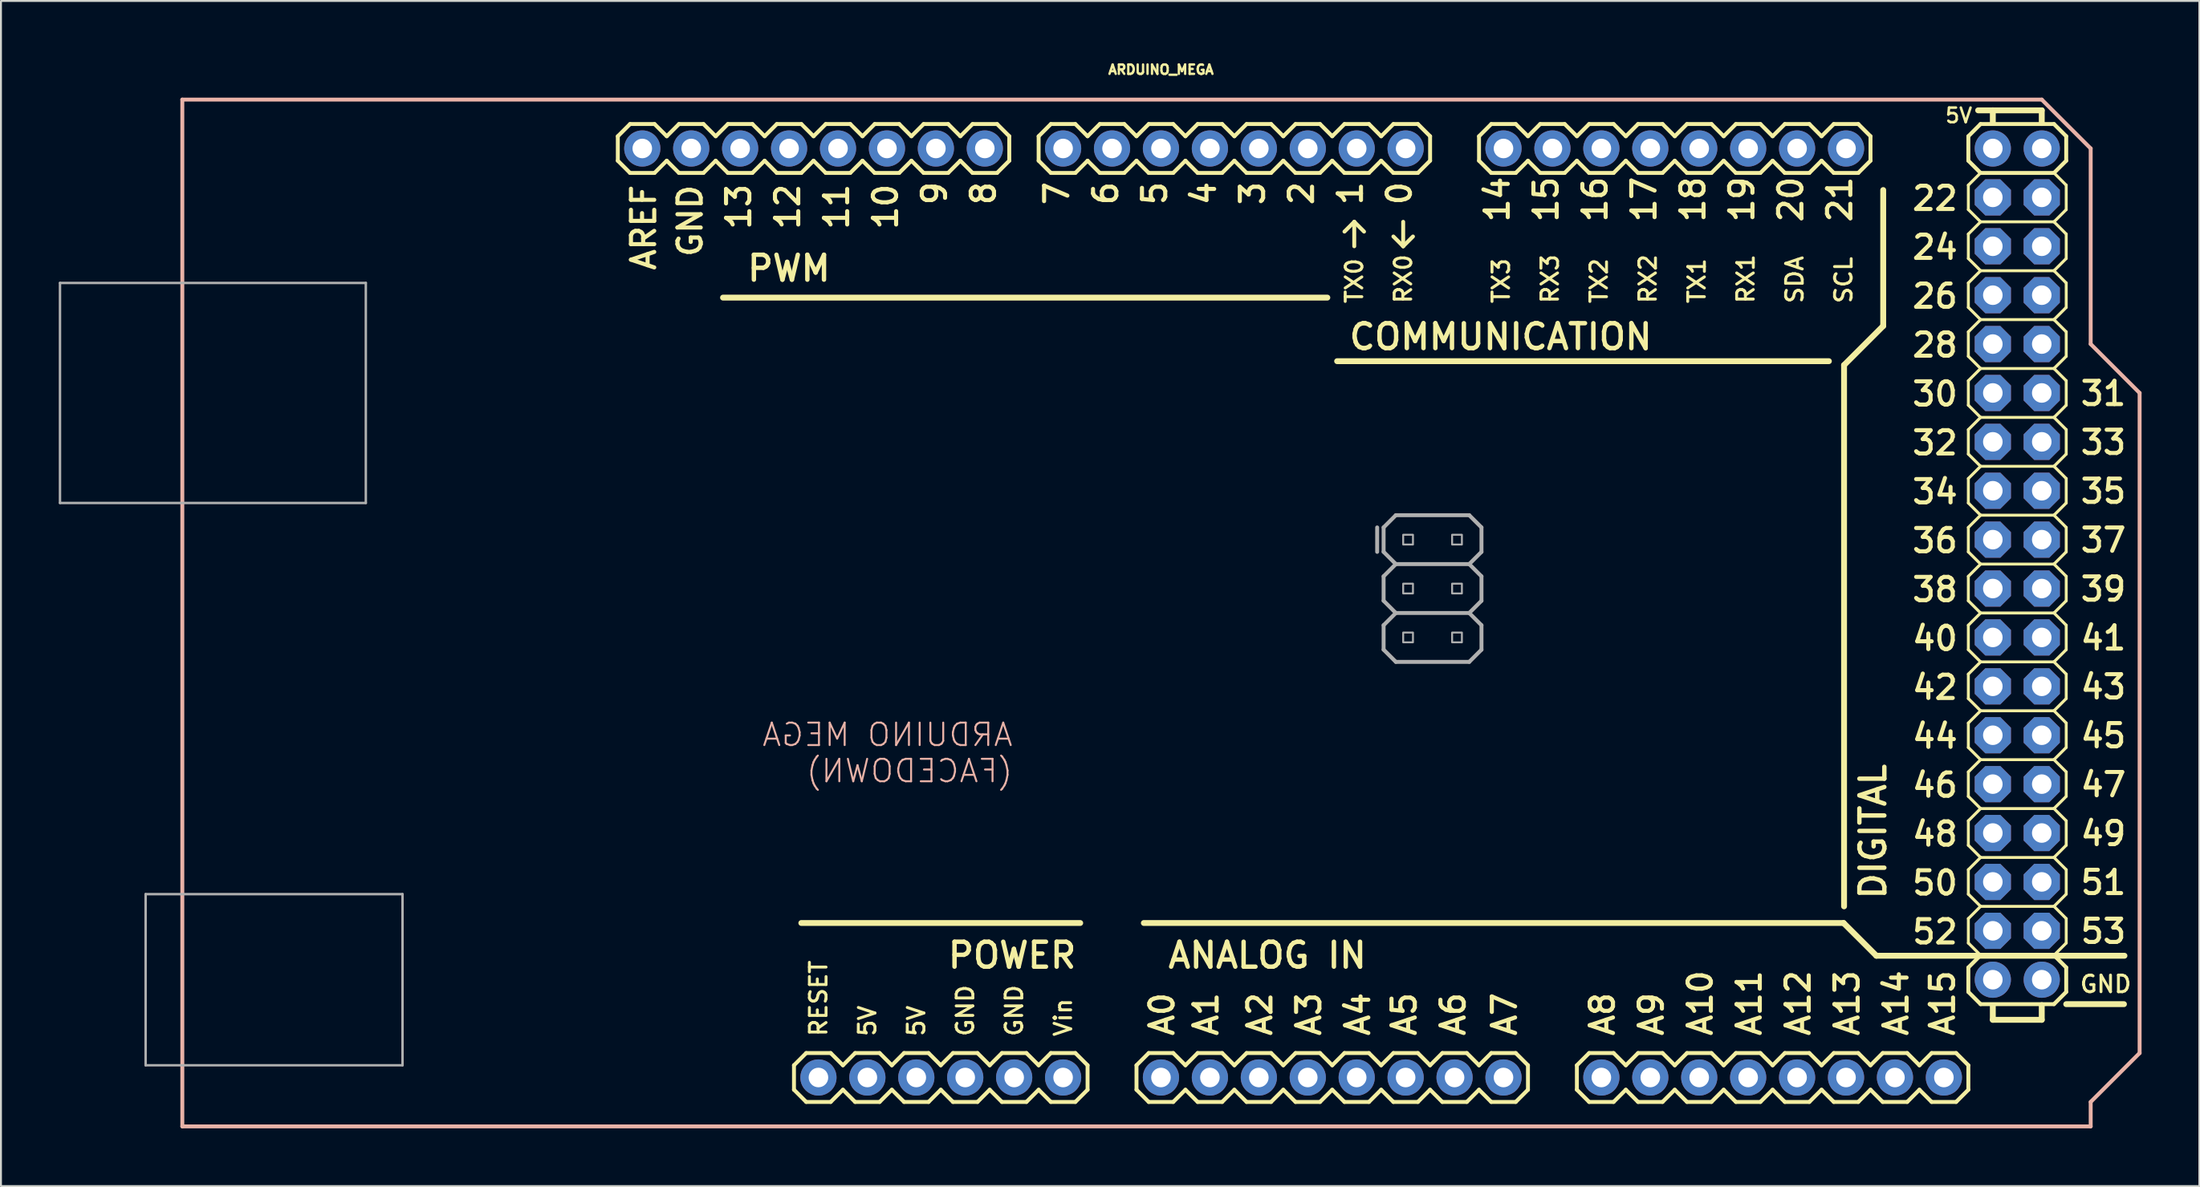
<source format=kicad_pcb>
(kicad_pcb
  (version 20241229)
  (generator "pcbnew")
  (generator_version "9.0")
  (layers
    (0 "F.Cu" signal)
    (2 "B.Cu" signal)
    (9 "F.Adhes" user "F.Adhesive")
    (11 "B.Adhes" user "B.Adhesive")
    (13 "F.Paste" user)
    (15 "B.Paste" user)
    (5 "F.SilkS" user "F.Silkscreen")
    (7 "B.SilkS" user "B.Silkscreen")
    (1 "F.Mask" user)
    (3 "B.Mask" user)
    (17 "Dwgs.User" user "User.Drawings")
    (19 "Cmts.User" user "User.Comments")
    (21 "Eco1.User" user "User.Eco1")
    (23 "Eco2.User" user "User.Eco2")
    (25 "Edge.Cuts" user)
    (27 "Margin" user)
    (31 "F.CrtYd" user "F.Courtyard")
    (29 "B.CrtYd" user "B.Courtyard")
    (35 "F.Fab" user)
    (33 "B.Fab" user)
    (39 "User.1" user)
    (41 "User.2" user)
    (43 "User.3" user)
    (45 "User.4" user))
  (footprint "ARDUINO_MEGA"
    (layer "F.Cu")
    (at 55.944 28.793)
    (property "Reference" "ARDUINO_MEGA" (at 1.27 -27.94 0) (layer "F.SilkS") (effects (font (size 0.488 0.488) (thickness 0.122)) (justify bottom)))
    (fp_line (start -26.924 -24.765) (end -26.924 -23.495) (stroke (width 0.203) (type solid)) (layer "F.SilkS"))
    (fp_line (start -26.924 -23.495) (end -26.289 -22.86) (stroke (width 0.203) (type solid)) (layer "F.SilkS"))
    (fp_line (start -26.289 -25.4) (end -26.924 -24.765) (stroke (width 0.203) (type solid)) (layer "F.SilkS"))
    (fp_line (start -26.289 -25.4) (end -25.019 -25.4) (stroke (width 0.203) (type solid)) (layer "F.SilkS"))
    (fp_line (start -25.019 -25.4) (end -24.384 -24.765) (stroke (width 0.203) (type solid)) (layer "F.SilkS"))
    (fp_line (start -25.019 -22.86) (end -26.289 -22.86) (stroke (width 0.203) (type solid)) (layer "F.SilkS"))
    (fp_line (start -24.384 -24.765) (end -23.749 -25.4) (stroke (width 0.203) (type solid)) (layer "F.SilkS"))
    (fp_line (start -24.384 -23.495) (end -25.019 -22.86) (stroke (width 0.203) (type solid)) (layer "F.SilkS"))
    (fp_line (start -23.749 -25.4) (end -22.479 -25.4) (stroke (width 0.203) (type solid)) (layer "F.SilkS"))
    (fp_line (start -23.749 -22.86) (end -24.384 -23.495) (stroke (width 0.203) (type solid)) (layer "F.SilkS"))
    (fp_line (start -22.479 -25.4) (end -21.844 -24.765) (stroke (width 0.203) (type solid)) (layer "F.SilkS"))
    (fp_line (start -22.479 -22.86) (end -23.749 -22.86) (stroke (width 0.203) (type solid)) (layer "F.SilkS"))
    (fp_line (start -21.844 -24.765) (end -21.209 -25.4) (stroke (width 0.203) (type solid)) (layer "F.SilkS"))
    (fp_line (start -21.844 -23.495) (end -22.479 -22.86) (stroke (width 0.203) (type solid)) (layer "F.SilkS"))
    (fp_line (start -21.209 -25.4) (end -19.939 -25.4) (stroke (width 0.203) (type solid)) (layer "F.SilkS"))
    (fp_line (start -21.209 -22.86) (end -21.844 -23.495) (stroke (width 0.203) (type solid)) (layer "F.SilkS"))
    (fp_line (start -19.939 -25.4) (end -19.304 -24.765) (stroke (width 0.203) (type solid)) (layer "F.SilkS"))
    (fp_line (start -19.939 -22.86) (end -21.209 -22.86) (stroke (width 0.203) (type solid)) (layer "F.SilkS"))
    (fp_line (start -19.304 -23.495) (end -19.939 -22.86) (stroke (width 0.203) (type solid)) (layer "F.SilkS"))
    (fp_line (start -19.304 -23.495) (end -18.669 -22.86) (stroke (width 0.203) (type solid)) (layer "F.SilkS"))
    (fp_line (start -18.669 -25.4) (end -19.304 -24.765) (stroke (width 0.203) (type solid)) (layer "F.SilkS"))
    (fp_line (start -18.669 -25.4) (end -17.399 -25.4) (stroke (width 0.203) (type solid)) (layer "F.SilkS"))
    (fp_line (start -17.78 23.495) (end -17.78 24.765) (stroke (width 0.203) (type solid)) (layer "F.SilkS"))
    (fp_line (start -17.78 24.765) (end -17.145 25.4) (stroke (width 0.203) (type solid)) (layer "F.SilkS"))
    (fp_line (start -17.399 -25.4) (end -16.764 -24.765) (stroke (width 0.203) (type solid)) (layer "F.SilkS"))
    (fp_line (start -17.399 -22.86) (end -18.669 -22.86) (stroke (width 0.203) (type solid)) (layer "F.SilkS"))
    (fp_line (start -17.145 22.86) (end -17.78 23.495) (stroke (width 0.203) (type solid)) (layer "F.SilkS"))
    (fp_line (start -17.145 22.86) (end -15.875 22.86) (stroke (width 0.203) (type solid)) (layer "F.SilkS"))
    (fp_line (start -16.764 -24.765) (end -16.129 -25.4) (stroke (width 0.203) (type solid)) (layer "F.SilkS"))
    (fp_line (start -16.764 -23.495) (end -17.399 -22.86) (stroke (width 0.203) (type solid)) (layer "F.SilkS"))
    (fp_line (start -16.129 -25.4) (end -14.859 -25.4) (stroke (width 0.203) (type solid)) (layer "F.SilkS"))
    (fp_line (start -16.129 -22.86) (end -16.764 -23.495) (stroke (width 0.203) (type solid)) (layer "F.SilkS"))
    (fp_line (start -15.875 22.86) (end -15.24 23.495) (stroke (width 0.203) (type solid)) (layer "F.SilkS"))
    (fp_line (start -15.875 25.4) (end -17.145 25.4) (stroke (width 0.203) (type solid)) (layer "F.SilkS"))
    (fp_line (start -15.24 23.495) (end -14.605 22.86) (stroke (width 0.203) (type solid)) (layer "F.SilkS"))
    (fp_line (start -15.24 24.765) (end -15.875 25.4) (stroke (width 0.203) (type solid)) (layer "F.SilkS"))
    (fp_line (start -14.859 -25.4) (end -14.224 -24.765) (stroke (width 0.203) (type solid)) (layer "F.SilkS"))
    (fp_line (start -14.859 -22.86) (end -16.129 -22.86) (stroke (width 0.203) (type solid)) (layer "F.SilkS"))
    (fp_line (start -14.605 22.86) (end -13.335 22.86) (stroke (width 0.203) (type solid)) (layer "F.SilkS"))
    (fp_line (start -14.605 25.4) (end -15.24 24.765) (stroke (width 0.203) (type solid)) (layer "F.SilkS"))
    (fp_line (start -14.224 -24.765) (end -13.589 -25.4) (stroke (width 0.203) (type solid)) (layer "F.SilkS"))
    (fp_line (start -14.224 -23.495) (end -14.859 -22.86) (stroke (width 0.203) (type solid)) (layer "F.SilkS"))
    (fp_line (start -13.589 -25.4) (end -12.319 -25.4) (stroke (width 0.203) (type solid)) (layer "F.SilkS"))
    (fp_line (start -13.589 -22.86) (end -14.224 -23.495) (stroke (width 0.203) (type solid)) (layer "F.SilkS"))
    (fp_line (start -13.335 22.86) (end -12.7 23.495) (stroke (width 0.203) (type solid)) (layer "F.SilkS"))
    (fp_line (start -13.335 25.4) (end -14.605 25.4) (stroke (width 0.203) (type solid)) (layer "F.SilkS"))
    (fp_line (start -12.7 23.495) (end -12.065 22.86) (stroke (width 0.203) (type solid)) (layer "F.SilkS"))
    (fp_line (start -12.7 24.765) (end -13.335 25.4) (stroke (width 0.203) (type solid)) (layer "F.SilkS"))
    (fp_line (start -12.319 -25.4) (end -11.684 -24.765) (stroke (width 0.203) (type solid)) (layer "F.SilkS"))
    (fp_line (start -12.319 -22.86) (end -13.589 -22.86) (stroke (width 0.203) (type solid)) (layer "F.SilkS"))
    (fp_line (start -12.065 22.86) (end -10.795 22.86) (stroke (width 0.203) (type solid)) (layer "F.SilkS"))
    (fp_line (start -12.065 25.4) (end -12.7 24.765) (stroke (width 0.203) (type solid)) (layer "F.SilkS"))
    (fp_line (start -11.684 -23.495) (end -12.319 -22.86) (stroke (width 0.203) (type solid)) (layer "F.SilkS"))
    (fp_line (start -11.684 -23.495) (end -11.049 -22.86) (stroke (width 0.203) (type solid)) (layer "F.SilkS"))
    (fp_line (start -11.049 -25.4) (end -11.684 -24.765) (stroke (width 0.203) (type solid)) (layer "F.SilkS"))
    (fp_line (start -11.049 -25.4) (end -9.779 -25.4) (stroke (width 0.203) (type solid)) (layer "F.SilkS"))
    (fp_line (start -10.795 22.86) (end -10.16 23.495) (stroke (width 0.203) (type solid)) (layer "F.SilkS"))
    (fp_line (start -10.795 25.4) (end -12.065 25.4) (stroke (width 0.203) (type solid)) (layer "F.SilkS"))
    (fp_line (start -10.16 24.765) (end -10.795 25.4) (stroke (width 0.203) (type solid)) (layer "F.SilkS"))
    (fp_line (start -10.16 24.765) (end -9.525 25.4) (stroke (width 0.203) (type solid)) (layer "F.SilkS"))
    (fp_line (start -9.779 -25.4) (end -9.144 -24.765) (stroke (width 0.203) (type solid)) (layer "F.SilkS"))
    (fp_line (start -9.779 -22.86) (end -11.049 -22.86) (stroke (width 0.203) (type solid)) (layer "F.SilkS"))
    (fp_line (start -9.525 22.86) (end -10.16 23.495) (stroke (width 0.203) (type solid)) (layer "F.SilkS"))
    (fp_line (start -9.525 22.86) (end -8.255 22.86) (stroke (width 0.203) (type solid)) (layer "F.SilkS"))
    (fp_line (start -9.144 -23.495) (end -9.779 -22.86) (stroke (width 0.203) (type solid)) (layer "F.SilkS"))
    (fp_line (start -9.144 -23.495) (end -8.509 -22.86) (stroke (width 0.203) (type solid)) (layer "F.SilkS"))
    (fp_line (start -8.509 -25.4) (end -9.144 -24.765) (stroke (width 0.203) (type solid)) (layer "F.SilkS"))
    (fp_line (start -8.509 -25.4) (end -7.239 -25.4) (stroke (width 0.203) (type solid)) (layer "F.SilkS"))
    (fp_line (start -8.255 22.86) (end -7.62 23.495) (stroke (width 0.203) (type solid)) (layer "F.SilkS"))
    (fp_line (start -8.255 25.4) (end -9.525 25.4) (stroke (width 0.203) (type solid)) (layer "F.SilkS"))
    (fp_line (start -7.62 23.495) (end -6.985 22.86) (stroke (width 0.203) (type solid)) (layer "F.SilkS"))
    (fp_line (start -7.62 24.765) (end -8.255 25.4) (stroke (width 0.203) (type solid)) (layer "F.SilkS"))
    (fp_line (start -7.239 -25.4) (end -6.604 -24.765) (stroke (width 0.203) (type solid)) (layer "F.SilkS"))
    (fp_line (start -7.239 -22.86) (end -8.509 -22.86) (stroke (width 0.203) (type solid)) (layer "F.SilkS"))
    (fp_line (start -6.985 22.86) (end -5.715 22.86) (stroke (width 0.203) (type solid)) (layer "F.SilkS"))
    (fp_line (start -6.985 25.4) (end -7.62 24.765) (stroke (width 0.203) (type solid)) (layer "F.SilkS"))
    (fp_line (start -6.604 -24.765) (end -6.604 -23.495) (stroke (width 0.203) (type solid)) (layer "F.SilkS"))
    (fp_line (start -6.604 -23.495) (end -7.239 -22.86) (stroke (width 0.203) (type solid)) (layer "F.SilkS"))
    (fp_line (start -5.715 22.86) (end -5.08 23.495) (stroke (width 0.203) (type solid)) (layer "F.SilkS"))
    (fp_line (start -5.715 25.4) (end -6.985 25.4) (stroke (width 0.203) (type solid)) (layer "F.SilkS"))
    (fp_line (start -5.08 -24.765) (end -5.08 -23.495) (stroke (width 0.203) (type solid)) (layer "F.SilkS"))
    (fp_line (start -5.08 -23.495) (end -4.445 -22.86) (stroke (width 0.203) (type solid)) (layer "F.SilkS"))
    (fp_line (start -5.08 23.495) (end -4.445 22.86) (stroke (width 0.203) (type solid)) (layer "F.SilkS"))
    (fp_line (start -5.08 24.765) (end -5.715 25.4) (stroke (width 0.203) (type solid)) (layer "F.SilkS"))
    (fp_line (start -4.445 -25.4) (end -5.08 -24.765) (stroke (width 0.203) (type solid)) (layer "F.SilkS"))
    (fp_line (start -4.445 -25.4) (end -3.175 -25.4) (stroke (width 0.203) (type solid)) (layer "F.SilkS"))
    (fp_line (start -4.445 22.86) (end -3.175 22.86) (stroke (width 0.203) (type solid)) (layer "F.SilkS"))
    (fp_line (start -4.445 25.4) (end -5.08 24.765) (stroke (width 0.203) (type solid)) (layer "F.SilkS"))
    (fp_line (start -3.175 -25.4) (end -2.54 -24.765) (stroke (width 0.203) (type solid)) (layer "F.SilkS"))
    (fp_line (start -3.175 -22.86) (end -4.445 -22.86) (stroke (width 0.203) (type solid)) (layer "F.SilkS"))
    (fp_line (start -3.175 22.86) (end -2.54 23.495) (stroke (width 0.203) (type solid)) (layer "F.SilkS"))
    (fp_line (start -3.175 25.4) (end -4.445 25.4) (stroke (width 0.203) (type solid)) (layer "F.SilkS"))
    (fp_line (start -2.921 16.104) (end -17.399 16.104) (stroke (width 0.305) (type solid)) (layer "F.SilkS"))
    (fp_line (start -2.54 -24.765) (end -1.905 -25.4) (stroke (width 0.203) (type solid)) (layer "F.SilkS"))
    (fp_line (start -2.54 -23.495) (end -3.175 -22.86) (stroke (width 0.203) (type solid)) (layer "F.SilkS"))
    (fp_line (start -2.54 23.495) (end -2.54 24.765) (stroke (width 0.203) (type solid)) (layer "F.SilkS"))
    (fp_line (start -2.54 24.765) (end -3.175 25.4) (stroke (width 0.203) (type solid)) (layer "F.SilkS"))
    (fp_line (start -1.905 -25.4) (end -0.635 -25.4) (stroke (width 0.203) (type solid)) (layer "F.SilkS"))
    (fp_line (start -1.905 -22.86) (end -2.54 -23.495) (stroke (width 0.203) (type solid)) (layer "F.SilkS"))
    (fp_line (start -0.635 -25.4) (end 0 -24.765) (stroke (width 0.203) (type solid)) (layer "F.SilkS"))
    (fp_line (start -0.635 -22.86) (end -1.905 -22.86) (stroke (width 0.203) (type solid)) (layer "F.SilkS"))
    (fp_line (start 0 -24.765) (end 0.635 -25.4) (stroke (width 0.203) (type solid)) (layer "F.SilkS"))
    (fp_line (start 0 -23.495) (end -0.635 -22.86) (stroke (width 0.203) (type solid)) (layer "F.SilkS"))
    (fp_line (start 0 23.495) (end 0 24.765) (stroke (width 0.203) (type solid)) (layer "F.SilkS"))
    (fp_line (start 0 24.765) (end 0.635 25.4) (stroke (width 0.203) (type solid)) (layer "F.SilkS"))
    (fp_line (start 0.635 -25.4) (end 1.905 -25.4) (stroke (width 0.203) (type solid)) (layer "F.SilkS"))
    (fp_line (start 0.635 -22.86) (end 0 -23.495) (stroke (width 0.203) (type solid)) (layer "F.SilkS"))
    (fp_line (start 0.635 22.86) (end 0 23.495) (stroke (width 0.203) (type solid)) (layer "F.SilkS"))
    (fp_line (start 0.635 22.86) (end 1.905 22.86) (stroke (width 0.203) (type solid)) (layer "F.SilkS"))
    (fp_line (start 1.905 -25.4) (end 2.54 -24.765) (stroke (width 0.203) (type solid)) (layer "F.SilkS"))
    (fp_line (start 1.905 -22.86) (end 0.635 -22.86) (stroke (width 0.203) (type solid)) (layer "F.SilkS"))
    (fp_line (start 1.905 22.86) (end 2.54 23.495) (stroke (width 0.203) (type solid)) (layer "F.SilkS"))
    (fp_line (start 1.905 25.4) (end 0.635 25.4) (stroke (width 0.203) (type solid)) (layer "F.SilkS"))
    (fp_line (start 2.54 -23.495) (end 1.905 -22.86) (stroke (width 0.203) (type solid)) (layer "F.SilkS"))
    (fp_line (start 2.54 -23.495) (end 3.175 -22.86) (stroke (width 0.203) (type solid)) (layer "F.SilkS"))
    (fp_line (start 2.54 23.495) (end 3.175 22.86) (stroke (width 0.203) (type solid)) (layer "F.SilkS"))
    (fp_line (start 2.54 24.765) (end 1.905 25.4) (stroke (width 0.203) (type solid)) (layer "F.SilkS"))
    (fp_line (start 3.175 -25.4) (end 2.54 -24.765) (stroke (width 0.203) (type solid)) (layer "F.SilkS"))
    (fp_line (start 3.175 -25.4) (end 4.445 -25.4) (stroke (width 0.203) (type solid)) (layer "F.SilkS"))
    (fp_line (start 3.175 22.86) (end 4.445 22.86) (stroke (width 0.203) (type solid)) (layer "F.SilkS"))
    (fp_line (start 3.175 25.4) (end 2.54 24.765) (stroke (width 0.203) (type solid)) (layer "F.SilkS"))
    (fp_line (start 4.445 -25.4) (end 5.08 -24.765) (stroke (width 0.203) (type solid)) (layer "F.SilkS"))
    (fp_line (start 4.445 -22.86) (end 3.175 -22.86) (stroke (width 0.203) (type solid)) (layer "F.SilkS"))
    (fp_line (start 4.445 22.86) (end 5.08 23.495) (stroke (width 0.203) (type solid)) (layer "F.SilkS"))
    (fp_line (start 4.445 25.4) (end 3.175 25.4) (stroke (width 0.203) (type solid)) (layer "F.SilkS"))
    (fp_line (start 5.08 -24.765) (end 5.715 -25.4) (stroke (width 0.203) (type solid)) (layer "F.SilkS"))
    (fp_line (start 5.08 -23.495) (end 4.445 -22.86) (stroke (width 0.203) (type solid)) (layer "F.SilkS"))
    (fp_line (start 5.08 23.495) (end 5.715 22.86) (stroke (width 0.203) (type solid)) (layer "F.SilkS"))
    (fp_line (start 5.08 24.765) (end 4.445 25.4) (stroke (width 0.203) (type solid)) (layer "F.SilkS"))
    (fp_line (start 5.715 -25.4) (end 6.985 -25.4) (stroke (width 0.203) (type solid)) (layer "F.SilkS"))
    (fp_line (start 5.715 -22.86) (end 5.08 -23.495) (stroke (width 0.203) (type solid)) (layer "F.SilkS"))
    (fp_line (start 5.715 22.86) (end 6.985 22.86) (stroke (width 0.203) (type solid)) (layer "F.SilkS"))
    (fp_line (start 5.715 25.4) (end 5.08 24.765) (stroke (width 0.203) (type solid)) (layer "F.SilkS"))
    (fp_line (start 6.985 -25.4) (end 7.62 -24.765) (stroke (width 0.203) (type solid)) (layer "F.SilkS"))
    (fp_line (start 6.985 -22.86) (end 5.715 -22.86) (stroke (width 0.203) (type solid)) (layer "F.SilkS"))
    (fp_line (start 6.985 22.86) (end 7.62 23.495) (stroke (width 0.203) (type solid)) (layer "F.SilkS"))
    (fp_line (start 6.985 25.4) (end 5.715 25.4) (stroke (width 0.203) (type solid)) (layer "F.SilkS"))
    (fp_line (start 7.62 -24.765) (end 8.255 -25.4) (stroke (width 0.203) (type solid)) (layer "F.SilkS"))
    (fp_line (start 7.62 -23.495) (end 6.985 -22.86) (stroke (width 0.203) (type solid)) (layer "F.SilkS"))
    (fp_line (start 7.62 24.765) (end 6.985 25.4) (stroke (width 0.203) (type solid)) (layer "F.SilkS"))
    (fp_line (start 7.62 24.765) (end 8.255 25.4) (stroke (width 0.203) (type solid)) (layer "F.SilkS"))
    (fp_line (start 8.255 -25.4) (end 9.525 -25.4) (stroke (width 0.203) (type solid)) (layer "F.SilkS"))
    (fp_line (start 8.255 -22.86) (end 7.62 -23.495) (stroke (width 0.203) (type solid)) (layer "F.SilkS"))
    (fp_line (start 8.255 22.86) (end 7.62 23.495) (stroke (width 0.203) (type solid)) (layer "F.SilkS"))
    (fp_line (start 8.255 22.86) (end 9.525 22.86) (stroke (width 0.203) (type solid)) (layer "F.SilkS"))
    (fp_line (start 9.525 -25.4) (end 10.16 -24.765) (stroke (width 0.203) (type solid)) (layer "F.SilkS"))
    (fp_line (start 9.525 -22.86) (end 8.255 -22.86) (stroke (width 0.203) (type solid)) (layer "F.SilkS"))
    (fp_line (start 9.525 22.86) (end 10.16 23.495) (stroke (width 0.203) (type solid)) (layer "F.SilkS"))
    (fp_line (start 9.525 25.4) (end 8.255 25.4) (stroke (width 0.203) (type solid)) (layer "F.SilkS"))
    (fp_line (start 9.906 -16.383) (end -21.463 -16.383) (stroke (width 0.305) (type solid)) (layer "F.SilkS"))
    (fp_line (start 10.16 -23.495) (end 9.525 -22.86) (stroke (width 0.203) (type solid)) (layer "F.SilkS"))
    (fp_line (start 10.16 -23.495) (end 10.795 -22.86) (stroke (width 0.203) (type solid)) (layer "F.SilkS"))
    (fp_line (start 10.16 23.495) (end 10.795 22.86) (stroke (width 0.203) (type solid)) (layer "F.SilkS"))
    (fp_line (start 10.16 24.765) (end 9.525 25.4) (stroke (width 0.203) (type solid)) (layer "F.SilkS"))
    (fp_line (start 10.414 -13.081) (end 35.941 -13.081) (stroke (width 0.305) (type solid)) (layer "F.SilkS"))
    (fp_line (start 10.795 -25.4) (end 10.16 -24.765) (stroke (width 0.203) (type solid)) (layer "F.SilkS"))
    (fp_line (start 10.795 -25.4) (end 12.065 -25.4) (stroke (width 0.203) (type solid)) (layer "F.SilkS"))
    (fp_line (start 10.795 -19.812) (end 11.303 -20.32) (stroke (width 0.203) (type solid)) (layer "F.SilkS"))
    (fp_line (start 10.795 22.86) (end 12.065 22.86) (stroke (width 0.203) (type solid)) (layer "F.SilkS"))
    (fp_line (start 10.795 25.4) (end 10.16 24.765) (stroke (width 0.203) (type solid)) (layer "F.SilkS"))
    (fp_line (start 11.303 -20.32) (end 11.811 -19.812) (stroke (width 0.203) (type solid)) (layer "F.SilkS"))
    (fp_line (start 11.303 -19.05) (end 11.303 -20.32) (stroke (width 0.203) (type solid)) (layer "F.SilkS"))
    (fp_line (start 12.065 -25.4) (end 12.7 -24.765) (stroke (width 0.203) (type solid)) (layer "F.SilkS"))
    (fp_line (start 12.065 -22.86) (end 10.795 -22.86) (stroke (width 0.203) (type solid)) (layer "F.SilkS"))
    (fp_line (start 12.065 22.86) (end 12.7 23.495) (stroke (width 0.203) (type solid)) (layer "F.SilkS"))
    (fp_line (start 12.065 25.4) (end 10.795 25.4) (stroke (width 0.203) (type solid)) (layer "F.SilkS"))
    (fp_line (start 12.7 -23.495) (end 12.065 -22.86) (stroke (width 0.203) (type solid)) (layer "F.SilkS"))
    (fp_line (start 12.7 -23.495) (end 13.335 -22.86) (stroke (width 0.203) (type solid)) (layer "F.SilkS"))
    (fp_line (start 12.7 23.495) (end 13.335 22.86) (stroke (width 0.203) (type solid)) (layer "F.SilkS"))
    (fp_line (start 12.7 24.765) (end 12.065 25.4) (stroke (width 0.203) (type solid)) (layer "F.SilkS"))
    (fp_line (start 13.335 -25.4) (end 12.7 -24.765) (stroke (width 0.203) (type solid)) (layer "F.SilkS"))
    (fp_line (start 13.335 -25.4) (end 14.605 -25.4) (stroke (width 0.203) (type solid)) (layer "F.SilkS"))
    (fp_line (start 13.335 22.86) (end 14.605 22.86) (stroke (width 0.203) (type solid)) (layer "F.SilkS"))
    (fp_line (start 13.335 25.4) (end 12.7 24.765) (stroke (width 0.203) (type solid)) (layer "F.SilkS"))
    (fp_line (start 13.843 -20.32) (end 13.843 -19.05) (stroke (width 0.203) (type solid)) (layer "F.SilkS"))
    (fp_line (start 13.843 -19.05) (end 13.335 -19.558) (stroke (width 0.203) (type solid)) (layer "F.SilkS"))
    (fp_line (start 14.351 -19.558) (end 13.843 -19.05) (stroke (width 0.203) (type solid)) (layer "F.SilkS"))
    (fp_line (start 14.605 -25.4) (end 15.24 -24.765) (stroke (width 0.203) (type solid)) (layer "F.SilkS"))
    (fp_line (start 14.605 -22.86) (end 13.335 -22.86) (stroke (width 0.203) (type solid)) (layer "F.SilkS"))
    (fp_line (start 14.605 22.86) (end 15.24 23.495) (stroke (width 0.203) (type solid)) (layer "F.SilkS"))
    (fp_line (start 14.605 25.4) (end 13.335 25.4) (stroke (width 0.203) (type solid)) (layer "F.SilkS"))
    (fp_line (start 15.24 -24.765) (end 15.24 -23.495) (stroke (width 0.203) (type solid)) (layer "F.SilkS"))
    (fp_line (start 15.24 -23.495) (end 14.605 -22.86) (stroke (width 0.203) (type solid)) (layer "F.SilkS"))
    (fp_line (start 15.24 24.765) (end 14.605 25.4) (stroke (width 0.203) (type solid)) (layer "F.SilkS"))
    (fp_line (start 15.24 24.765) (end 15.875 25.4) (stroke (width 0.203) (type solid)) (layer "F.SilkS"))
    (fp_line (start 15.875 22.86) (end 15.24 23.495) (stroke (width 0.203) (type solid)) (layer "F.SilkS"))
    (fp_line (start 15.875 22.86) (end 17.145 22.86) (stroke (width 0.203) (type solid)) (layer "F.SilkS"))
    (fp_line (start 17.145 22.86) (end 17.78 23.495) (stroke (width 0.203) (type solid)) (layer "F.SilkS"))
    (fp_line (start 17.145 25.4) (end 15.875 25.4) (stroke (width 0.203) (type solid)) (layer "F.SilkS"))
    (fp_line (start 17.78 -24.765) (end 17.78 -23.495) (stroke (width 0.203) (type solid)) (layer "F.SilkS"))
    (fp_line (start 17.78 -23.495) (end 18.415 -22.86) (stroke (width 0.203) (type solid)) (layer "F.SilkS"))
    (fp_line (start 17.78 24.765) (end 17.145 25.4) (stroke (width 0.203) (type solid)) (layer "F.SilkS"))
    (fp_line (start 17.78 24.765) (end 18.415 25.4) (stroke (width 0.203) (type solid)) (layer "F.SilkS"))
    (fp_line (start 18.415 -25.4) (end 17.78 -24.765) (stroke (width 0.203) (type solid)) (layer "F.SilkS"))
    (fp_line (start 18.415 -25.4) (end 19.685 -25.4) (stroke (width 0.203) (type solid)) (layer "F.SilkS"))
    (fp_line (start 18.415 22.86) (end 17.78 23.495) (stroke (width 0.203) (type solid)) (layer "F.SilkS"))
    (fp_line (start 18.415 22.86) (end 19.685 22.86) (stroke (width 0.203) (type solid)) (layer "F.SilkS"))
    (fp_line (start 19.685 -25.4) (end 20.32 -24.765) (stroke (width 0.203) (type solid)) (layer "F.SilkS"))
    (fp_line (start 19.685 -22.86) (end 18.415 -22.86) (stroke (width 0.203) (type solid)) (layer "F.SilkS"))
    (fp_line (start 19.685 22.86) (end 20.32 23.495) (stroke (width 0.203) (type solid)) (layer "F.SilkS"))
    (fp_line (start 19.685 25.4) (end 18.415 25.4) (stroke (width 0.203) (type solid)) (layer "F.SilkS"))
    (fp_line (start 20.32 -24.765) (end 20.955 -25.4) (stroke (width 0.203) (type solid)) (layer "F.SilkS"))
    (fp_line (start 20.32 -23.495) (end 19.685 -22.86) (stroke (width 0.203) (type solid)) (layer "F.SilkS"))
    (fp_line (start 20.32 23.495) (end 20.32 24.765) (stroke (width 0.203) (type solid)) (layer "F.SilkS"))
    (fp_line (start 20.32 24.765) (end 19.685 25.4) (stroke (width 0.203) (type solid)) (layer "F.SilkS"))
    (fp_line (start 20.955 -25.4) (end 22.225 -25.4) (stroke (width 0.203) (type solid)) (layer "F.SilkS"))
    (fp_line (start 20.955 -22.86) (end 20.32 -23.495) (stroke (width 0.203) (type solid)) (layer "F.SilkS"))
    (fp_line (start 22.225 -25.4) (end 22.86 -24.765) (stroke (width 0.203) (type solid)) (layer "F.SilkS"))
    (fp_line (start 22.225 -22.86) (end 20.955 -22.86) (stroke (width 0.203) (type solid)) (layer "F.SilkS"))
    (fp_line (start 22.86 -24.765) (end 23.495 -25.4) (stroke (width 0.203) (type solid)) (layer "F.SilkS"))
    (fp_line (start 22.86 -23.495) (end 22.225 -22.86) (stroke (width 0.203) (type solid)) (layer "F.SilkS"))
    (fp_line (start 22.86 23.495) (end 22.86 24.765) (stroke (width 0.203) (type solid)) (layer "F.SilkS"))
    (fp_line (start 22.86 24.765) (end 23.495 25.4) (stroke (width 0.203) (type solid)) (layer "F.SilkS"))
    (fp_line (start 23.495 -25.4) (end 24.765 -25.4) (stroke (width 0.203) (type solid)) (layer "F.SilkS"))
    (fp_line (start 23.495 -22.86) (end 22.86 -23.495) (stroke (width 0.203) (type solid)) (layer "F.SilkS"))
    (fp_line (start 23.495 22.86) (end 22.86 23.495) (stroke (width 0.203) (type solid)) (layer "F.SilkS"))
    (fp_line (start 23.495 22.86) (end 24.765 22.86) (stroke (width 0.203) (type solid)) (layer "F.SilkS"))
    (fp_line (start 24.765 -25.4) (end 25.4 -24.765) (stroke (width 0.203) (type solid)) (layer "F.SilkS"))
    (fp_line (start 24.765 -22.86) (end 23.495 -22.86) (stroke (width 0.203) (type solid)) (layer "F.SilkS"))
    (fp_line (start 24.765 22.86) (end 25.4 23.495) (stroke (width 0.203) (type solid)) (layer "F.SilkS"))
    (fp_line (start 24.765 25.4) (end 23.495 25.4) (stroke (width 0.203) (type solid)) (layer "F.SilkS"))
    (fp_line (start 25.4 -23.495) (end 24.765 -22.86) (stroke (width 0.203) (type solid)) (layer "F.SilkS"))
    (fp_line (start 25.4 -23.495) (end 26.035 -22.86) (stroke (width 0.203) (type solid)) (layer "F.SilkS"))
    (fp_line (start 25.4 23.495) (end 26.035 22.86) (stroke (width 0.203) (type solid)) (layer "F.SilkS"))
    (fp_line (start 25.4 24.765) (end 24.765 25.4) (stroke (width 0.203) (type solid)) (layer "F.SilkS"))
    (fp_line (start 26.035 -25.4) (end 25.4 -24.765) (stroke (width 0.203) (type solid)) (layer "F.SilkS"))
    (fp_line (start 26.035 -25.4) (end 27.305 -25.4) (stroke (width 0.203) (type solid)) (layer "F.SilkS"))
    (fp_line (start 26.035 22.86) (end 27.305 22.86) (stroke (width 0.203) (type solid)) (layer "F.SilkS"))
    (fp_line (start 26.035 25.4) (end 25.4 24.765) (stroke (width 0.203) (type solid)) (layer "F.SilkS"))
    (fp_line (start 27.305 -25.4) (end 27.94 -24.765) (stroke (width 0.203) (type solid)) (layer "F.SilkS"))
    (fp_line (start 27.305 -22.86) (end 26.035 -22.86) (stroke (width 0.203) (type solid)) (layer "F.SilkS"))
    (fp_line (start 27.305 22.86) (end 27.94 23.495) (stroke (width 0.203) (type solid)) (layer "F.SilkS"))
    (fp_line (start 27.305 25.4) (end 26.035 25.4) (stroke (width 0.203) (type solid)) (layer "F.SilkS"))
    (fp_line (start 27.94 -24.765) (end 28.575 -25.4) (stroke (width 0.203) (type solid)) (layer "F.SilkS"))
    (fp_line (start 27.94 -23.495) (end 27.305 -22.86) (stroke (width 0.203) (type solid)) (layer "F.SilkS"))
    (fp_line (start 27.94 23.495) (end 28.575 22.86) (stroke (width 0.203) (type solid)) (layer "F.SilkS"))
    (fp_line (start 27.94 24.765) (end 27.305 25.4) (stroke (width 0.203) (type solid)) (layer "F.SilkS"))
    (fp_line (start 28.575 -25.4) (end 29.845 -25.4) (stroke (width 0.203) (type solid)) (layer "F.SilkS"))
    (fp_line (start 28.575 -22.86) (end 27.94 -23.495) (stroke (width 0.203) (type solid)) (layer "F.SilkS"))
    (fp_line (start 28.575 22.86) (end 29.845 22.86) (stroke (width 0.203) (type solid)) (layer "F.SilkS"))
    (fp_line (start 28.575 25.4) (end 27.94 24.765) (stroke (width 0.203) (type solid)) (layer "F.SilkS"))
    (fp_line (start 29.845 -25.4) (end 30.48 -24.765) (stroke (width 0.203) (type solid)) (layer "F.SilkS"))
    (fp_line (start 29.845 -22.86) (end 28.575 -22.86) (stroke (width 0.203) (type solid)) (layer "F.SilkS"))
    (fp_line (start 29.845 22.86) (end 30.48 23.495) (stroke (width 0.203) (type solid)) (layer "F.SilkS"))
    (fp_line (start 29.845 25.4) (end 28.575 25.4) (stroke (width 0.203) (type solid)) (layer "F.SilkS"))
    (fp_line (start 30.48 -24.765) (end 31.115 -25.4) (stroke (width 0.203) (type solid)) (layer "F.SilkS"))
    (fp_line (start 30.48 -23.495) (end 29.845 -22.86) (stroke (width 0.203) (type solid)) (layer "F.SilkS"))
    (fp_line (start 30.48 24.765) (end 29.845 25.4) (stroke (width 0.203) (type solid)) (layer "F.SilkS"))
    (fp_line (start 30.48 24.765) (end 31.115 25.4) (stroke (width 0.203) (type solid)) (layer "F.SilkS"))
    (fp_line (start 31.115 -25.4) (end 32.385 -25.4) (stroke (width 0.203) (type solid)) (layer "F.SilkS"))
    (fp_line (start 31.115 -22.86) (end 30.48 -23.495) (stroke (width 0.203) (type solid)) (layer "F.SilkS"))
    (fp_line (start 31.115 22.86) (end 30.48 23.495) (stroke (width 0.203) (type solid)) (layer "F.SilkS"))
    (fp_line (start 31.115 22.86) (end 32.385 22.86) (stroke (width 0.203) (type solid)) (layer "F.SilkS"))
    (fp_line (start 32.385 -25.4) (end 33.02 -24.765) (stroke (width 0.203) (type solid)) (layer "F.SilkS"))
    (fp_line (start 32.385 -22.86) (end 31.115 -22.86) (stroke (width 0.203) (type solid)) (layer "F.SilkS"))
    (fp_line (start 32.385 22.86) (end 33.02 23.495) (stroke (width 0.203) (type solid)) (layer "F.SilkS"))
    (fp_line (start 32.385 25.4) (end 31.115 25.4) (stroke (width 0.203) (type solid)) (layer "F.SilkS"))
    (fp_line (start 33.02 -23.495) (end 32.385 -22.86) (stroke (width 0.203) (type solid)) (layer "F.SilkS"))
    (fp_line (start 33.02 -23.495) (end 33.655 -22.86) (stroke (width 0.203) (type solid)) (layer "F.SilkS"))
    (fp_line (start 33.02 23.495) (end 33.655 22.86) (stroke (width 0.203) (type solid)) (layer "F.SilkS"))
    (fp_line (start 33.02 24.765) (end 32.385 25.4) (stroke (width 0.203) (type solid)) (layer "F.SilkS"))
    (fp_line (start 33.655 -25.4) (end 33.02 -24.765) (stroke (width 0.203) (type solid)) (layer "F.SilkS"))
    (fp_line (start 33.655 -25.4) (end 34.925 -25.4) (stroke (width 0.203) (type solid)) (layer "F.SilkS"))
    (fp_line (start 33.655 22.86) (end 34.925 22.86) (stroke (width 0.203) (type solid)) (layer "F.SilkS"))
    (fp_line (start 33.655 25.4) (end 33.02 24.765) (stroke (width 0.203) (type solid)) (layer "F.SilkS"))
    (fp_line (start 34.925 -25.4) (end 35.56 -24.765) (stroke (width 0.203) (type solid)) (layer "F.SilkS"))
    (fp_line (start 34.925 -22.86) (end 33.655 -22.86) (stroke (width 0.203) (type solid)) (layer "F.SilkS"))
    (fp_line (start 34.925 22.86) (end 35.56 23.495) (stroke (width 0.203) (type solid)) (layer "F.SilkS"))
    (fp_line (start 34.925 25.4) (end 33.655 25.4) (stroke (width 0.203) (type solid)) (layer "F.SilkS"))
    (fp_line (start 35.56 -23.495) (end 34.925 -22.86) (stroke (width 0.203) (type solid)) (layer "F.SilkS"))
    (fp_line (start 35.56 -23.495) (end 36.195 -22.86) (stroke (width 0.203) (type solid)) (layer "F.SilkS"))
    (fp_line (start 35.56 23.495) (end 36.195 22.86) (stroke (width 0.203) (type solid)) (layer "F.SilkS"))
    (fp_line (start 35.56 24.765) (end 34.925 25.4) (stroke (width 0.203) (type solid)) (layer "F.SilkS"))
    (fp_line (start 36.195 -25.4) (end 35.56 -24.765) (stroke (width 0.203) (type solid)) (layer "F.SilkS"))
    (fp_line (start 36.195 -25.4) (end 37.465 -25.4) (stroke (width 0.203) (type solid)) (layer "F.SilkS"))
    (fp_line (start 36.195 22.86) (end 37.465 22.86) (stroke (width 0.203) (type solid)) (layer "F.SilkS"))
    (fp_line (start 36.195 25.4) (end 35.56 24.765) (stroke (width 0.203) (type solid)) (layer "F.SilkS"))
    (fp_line (start 36.703 16.104) (end 0.381 16.104) (stroke (width 0.305) (type solid)) (layer "F.SilkS"))
    (fp_line (start 36.703 16.104) (end 38.405 17.805) (stroke (width 0.305) (type solid)) (layer "F.SilkS"))
    (fp_line (start 36.728 -12.878) (end 36.728 15.24) (stroke (width 0.305) (type solid)) (layer "F.SilkS"))
    (fp_line (start 36.728 -12.878) (end 38.76 -14.91) (stroke (width 0.305) (type solid)) (layer "F.SilkS"))
    (fp_line (start 37.465 -25.4) (end 38.1 -24.765) (stroke (width 0.203) (type solid)) (layer "F.SilkS"))
    (fp_line (start 37.465 -22.86) (end 36.195 -22.86) (stroke (width 0.203) (type solid)) (layer "F.SilkS"))
    (fp_line (start 37.465 22.86) (end 38.1 23.495) (stroke (width 0.203) (type solid)) (layer "F.SilkS"))
    (fp_line (start 37.465 25.4) (end 36.195 25.4) (stroke (width 0.203) (type solid)) (layer "F.SilkS"))
    (fp_line (start 38.1 -24.765) (end 38.1 -23.495) (stroke (width 0.203) (type solid)) (layer "F.SilkS"))
    (fp_line (start 38.1 -23.495) (end 37.465 -22.86) (stroke (width 0.203) (type solid)) (layer "F.SilkS"))
    (fp_line (start 38.1 24.765) (end 37.465 25.4) (stroke (width 0.203) (type solid)) (layer "F.SilkS"))
    (fp_line (start 38.1 24.765) (end 38.735 25.4) (stroke (width 0.203) (type solid)) (layer "F.SilkS"))
    (fp_line (start 38.405 17.805) (end 51.283 17.805) (stroke (width 0.305) (type solid)) (layer "F.SilkS"))
    (fp_line (start 38.735 22.86) (end 38.1 23.495) (stroke (width 0.203) (type solid)) (layer "F.SilkS"))
    (fp_line (start 38.735 22.86) (end 40.005 22.86) (stroke (width 0.203) (type solid)) (layer "F.SilkS"))
    (fp_line (start 38.76 -14.91) (end 38.76 -21.971) (stroke (width 0.305) (type solid)) (layer "F.SilkS"))
    (fp_line (start 40.005 22.86) (end 40.64 23.495) (stroke (width 0.203) (type solid)) (layer "F.SilkS"))
    (fp_line (start 40.005 25.4) (end 38.735 25.4) (stroke (width 0.203) (type solid)) (layer "F.SilkS"))
    (fp_line (start 40.64 24.765) (end 40.005 25.4) (stroke (width 0.203) (type solid)) (layer "F.SilkS"))
    (fp_line (start 40.64 24.765) (end 41.275 25.4) (stroke (width 0.203) (type solid)) (layer "F.SilkS"))
    (fp_line (start 41.275 22.86) (end 40.64 23.495) (stroke (width 0.203) (type solid)) (layer "F.SilkS"))
    (fp_line (start 41.275 22.86) (end 42.545 22.86) (stroke (width 0.203) (type solid)) (layer "F.SilkS"))
    (fp_line (start 42.545 22.86) (end 43.18 23.495) (stroke (width 0.203) (type solid)) (layer "F.SilkS"))
    (fp_line (start 42.545 25.4) (end 41.275 25.4) (stroke (width 0.203) (type solid)) (layer "F.SilkS"))
    (fp_line (start 43.18 -24.765) (end 43.18 -23.495) (stroke (width 0.203) (type solid)) (layer "F.SilkS"))
    (fp_line (start 43.18 -23.495) (end 43.815 -22.86) (stroke (width 0.203) (type solid)) (layer "F.SilkS"))
    (fp_line (start 43.18 -22.225) (end 43.815 -22.86) (stroke (width 0.152) (type solid)) (layer "F.SilkS"))
    (fp_line (start 43.18 -20.955) (end 43.18 -22.225) (stroke (width 0.152) (type solid)) (layer "F.SilkS"))
    (fp_line (start 43.18 -19.685) (end 43.815 -20.32) (stroke (width 0.152) (type solid)) (layer "F.SilkS"))
    (fp_line (start 43.18 -18.415) (end 43.18 -19.685) (stroke (width 0.152) (type solid)) (layer "F.SilkS"))
    (fp_line (start 43.18 -17.145) (end 43.815 -17.78) (stroke (width 0.152) (type solid)) (layer "F.SilkS"))
    (fp_line (start 43.18 -15.875) (end 43.18 -17.145) (stroke (width 0.152) (type solid)) (layer "F.SilkS"))
    (fp_line (start 43.18 -14.605) (end 43.815 -15.24) (stroke (width 0.152) (type solid)) (layer "F.SilkS"))
    (fp_line (start 43.18 -13.335) (end 43.18 -14.605) (stroke (width 0.152) (type solid)) (layer "F.SilkS"))
    (fp_line (start 43.18 -12.065) (end 43.815 -12.7) (stroke (width 0.152) (type solid)) (layer "F.SilkS"))
    (fp_line (start 43.18 -10.795) (end 43.18 -12.065) (stroke (width 0.152) (type solid)) (layer "F.SilkS"))
    (fp_line (start 43.18 -9.525) (end 43.815 -10.16) (stroke (width 0.152) (type solid)) (layer "F.SilkS"))
    (fp_line (start 43.18 -8.255) (end 43.18 -9.525) (stroke (width 0.152) (type solid)) (layer "F.SilkS"))
    (fp_line (start 43.18 -6.985) (end 43.815 -7.62) (stroke (width 0.152) (type solid)) (layer "F.SilkS"))
    (fp_line (start 43.18 -5.715) (end 43.18 -6.985) (stroke (width 0.152) (type solid)) (layer "F.SilkS"))
    (fp_line (start 43.18 -4.445) (end 43.815 -5.08) (stroke (width 0.152) (type solid)) (layer "F.SilkS"))
    (fp_line (start 43.18 -3.175) (end 43.18 -4.445) (stroke (width 0.152) (type solid)) (layer "F.SilkS"))
    (fp_line (start 43.18 -1.905) (end 43.815 -2.54) (stroke (width 0.152) (type solid)) (layer "F.SilkS"))
    (fp_line (start 43.18 -0.635) (end 43.18 -1.905) (stroke (width 0.152) (type solid)) (layer "F.SilkS"))
    (fp_line (start 43.18 0.635) (end 43.815 0) (stroke (width 0.152) (type solid)) (layer "F.SilkS"))
    (fp_line (start 43.18 1.905) (end 43.18 0.635) (stroke (width 0.152) (type solid)) (layer "F.SilkS"))
    (fp_line (start 43.18 3.175) (end 43.815 2.54) (stroke (width 0.152) (type solid)) (layer "F.SilkS"))
    (fp_line (start 43.18 4.445) (end 43.18 3.175) (stroke (width 0.152) (type solid)) (layer "F.SilkS"))
    (fp_line (start 43.18 5.715) (end 43.815 5.08) (stroke (width 0.152) (type solid)) (layer "F.SilkS"))
    (fp_line (start 43.18 6.985) (end 43.18 5.715) (stroke (width 0.152) (type solid)) (layer "F.SilkS"))
    (fp_line (start 43.18 8.255) (end 43.815 7.62) (stroke (width 0.152) (type solid)) (layer "F.SilkS"))
    (fp_line (start 43.18 9.525) (end 43.18 8.255) (stroke (width 0.152) (type solid)) (layer "F.SilkS"))
    (fp_line (start 43.18 10.795) (end 43.815 10.16) (stroke (width 0.152) (type solid)) (layer "F.SilkS"))
    (fp_line (start 43.18 12.065) (end 43.18 10.795) (stroke (width 0.152) (type solid)) (layer "F.SilkS"))
    (fp_line (start 43.18 13.335) (end 43.815 12.7) (stroke (width 0.152) (type solid)) (layer "F.SilkS"))
    (fp_line (start 43.18 14.605) (end 43.18 13.335) (stroke (width 0.152) (type solid)) (layer "F.SilkS"))
    (fp_line (start 43.18 15.875) (end 43.815 15.24) (stroke (width 0.152) (type solid)) (layer "F.SilkS"))
    (fp_line (start 43.18 17.145) (end 43.18 15.875) (stroke (width 0.152) (type solid)) (layer "F.SilkS"))
    (fp_line (start 43.18 18.415) (end 43.18 19.685) (stroke (width 0.203) (type solid)) (layer "F.SilkS"))
    (fp_line (start 43.18 19.685) (end 43.815 20.32) (stroke (width 0.203) (type solid)) (layer "F.SilkS"))
    (fp_line (start 43.18 23.495) (end 43.18 24.765) (stroke (width 0.203) (type solid)) (layer "F.SilkS"))
    (fp_line (start 43.18 24.765) (end 42.545 25.4) (stroke (width 0.203) (type solid)) (layer "F.SilkS"))
    (fp_line (start 43.688 -26.111) (end 44.45 -26.111) (stroke (width 0.305) (type solid)) (layer "F.SilkS"))
    (fp_line (start 43.815 -25.4) (end 43.18 -24.765) (stroke (width 0.203) (type solid)) (layer "F.SilkS"))
    (fp_line (start 43.815 -25.4) (end 47.625 -25.4) (stroke (width 0.203) (type solid)) (layer "F.SilkS"))
    (fp_line (start 43.815 -20.32) (end 43.18 -20.955) (stroke (width 0.152) (type solid)) (layer "F.SilkS"))
    (fp_line (start 43.815 -20.32) (end 47.625 -20.32) (stroke (width 0.152) (type solid)) (layer "F.SilkS"))
    (fp_line (start 43.815 -17.78) (end 43.18 -18.415) (stroke (width 0.152) (type solid)) (layer "F.SilkS"))
    (fp_line (start 43.815 -17.78) (end 47.625 -17.78) (stroke (width 0.152) (type solid)) (layer "F.SilkS"))
    (fp_line (start 43.815 -15.24) (end 43.18 -15.875) (stroke (width 0.152) (type solid)) (layer "F.SilkS"))
    (fp_line (start 43.815 -15.24) (end 47.625 -15.24) (stroke (width 0.152) (type solid)) (layer "F.SilkS"))
    (fp_line (start 43.815 -12.7) (end 43.18 -13.335) (stroke (width 0.152) (type solid)) (layer "F.SilkS"))
    (fp_line (start 43.815 -12.7) (end 47.625 -12.7) (stroke (width 0.152) (type solid)) (layer "F.SilkS"))
    (fp_line (start 43.815 -10.16) (end 43.18 -10.795) (stroke (width 0.152) (type solid)) (layer "F.SilkS"))
    (fp_line (start 43.815 -10.16) (end 47.625 -10.16) (stroke (width 0.152) (type solid)) (layer "F.SilkS"))
    (fp_line (start 43.815 -7.62) (end 43.18 -8.255) (stroke (width 0.152) (type solid)) (layer "F.SilkS"))
    (fp_line (start 43.815 -7.62) (end 47.625 -7.62) (stroke (width 0.152) (type solid)) (layer "F.SilkS"))
    (fp_line (start 43.815 -5.08) (end 43.18 -5.715) (stroke (width 0.152) (type solid)) (layer "F.SilkS"))
    (fp_line (start 43.815 -5.08) (end 47.625 -5.08) (stroke (width 0.152) (type solid)) (layer "F.SilkS"))
    (fp_line (start 43.815 -2.54) (end 43.18 -3.175) (stroke (width 0.152) (type solid)) (layer "F.SilkS"))
    (fp_line (start 43.815 -2.54) (end 47.625 -2.54) (stroke (width 0.152) (type solid)) (layer "F.SilkS"))
    (fp_line (start 43.815 0) (end 43.18 -0.635) (stroke (width 0.152) (type solid)) (layer "F.SilkS"))
    (fp_line (start 43.815 0) (end 47.625 0) (stroke (width 0.152) (type solid)) (layer "F.SilkS"))
    (fp_line (start 43.815 2.54) (end 43.18 1.905) (stroke (width 0.152) (type solid)) (layer "F.SilkS"))
    (fp_line (start 43.815 2.54) (end 47.625 2.54) (stroke (width 0.152) (type solid)) (layer "F.SilkS"))
    (fp_line (start 43.815 5.08) (end 43.18 4.445) (stroke (width 0.152) (type solid)) (layer "F.SilkS"))
    (fp_line (start 43.815 5.08) (end 47.625 5.08) (stroke (width 0.152) (type solid)) (layer "F.SilkS"))
    (fp_line (start 43.815 7.62) (end 43.18 6.985) (stroke (width 0.152) (type solid)) (layer "F.SilkS"))
    (fp_line (start 43.815 7.62) (end 47.625 7.62) (stroke (width 0.152) (type solid)) (layer "F.SilkS"))
    (fp_line (start 43.815 10.16) (end 43.18 9.525) (stroke (width 0.152) (type solid)) (layer "F.SilkS"))
    (fp_line (start 43.815 10.16) (end 47.625 10.16) (stroke (width 0.152) (type solid)) (layer "F.SilkS"))
    (fp_line (start 43.815 12.7) (end 43.18 12.065) (stroke (width 0.152) (type solid)) (layer "F.SilkS"))
    (fp_line (start 43.815 12.7) (end 47.625 12.7) (stroke (width 0.152) (type solid)) (layer "F.SilkS"))
    (fp_line (start 43.815 15.24) (end 43.18 14.605) (stroke (width 0.152) (type solid)) (layer "F.SilkS"))
    (fp_line (start 43.815 15.24) (end 47.625 15.24) (stroke (width 0.152) (type solid)) (layer "F.SilkS"))
    (fp_line (start 43.815 17.78) (end 43.18 17.145) (stroke (width 0.152) (type solid)) (layer "F.SilkS"))
    (fp_line (start 43.815 17.78) (end 43.18 18.415) (stroke (width 0.203) (type solid)) (layer "F.SilkS"))
    (fp_line (start 43.815 17.78) (end 47.625 17.78) (stroke (width 0.203) (type solid)) (layer "F.SilkS"))
    (fp_line (start 44.45 -26.111) (end 46.99 -26.111) (stroke (width 0.305) (type solid)) (layer "F.SilkS"))
    (fp_line (start 44.45 -25.476) (end 44.45 -26.111) (stroke (width 0.305) (type solid)) (layer "F.SilkS"))
    (fp_line (start 44.45 20.396) (end 44.45 21.133) (stroke (width 0.305) (type solid)) (layer "F.SilkS"))
    (fp_line (start 44.45 21.133) (end 46.99 21.133) (stroke (width 0.305) (type solid)) (layer "F.SilkS"))
    (fp_line (start 46.99 -26.111) (end 46.99 -25.451) (stroke (width 0.305) (type solid)) (layer "F.SilkS"))
    (fp_line (start 46.99 21.133) (end 46.99 20.371) (stroke (width 0.305) (type solid)) (layer "F.SilkS"))
    (fp_line (start 47.625 -25.4) (end 48.26 -24.765) (stroke (width 0.203) (type solid)) (layer "F.SilkS"))
    (fp_line (start 47.625 -22.86) (end 43.815 -22.86) (stroke (width 0.203) (type solid)) (layer "F.SilkS"))
    (fp_line (start 47.625 -22.86) (end 48.26 -22.225) (stroke (width 0.152) (type solid)) (layer "F.SilkS"))
    (fp_line (start 47.625 -20.32) (end 48.26 -20.955) (stroke (width 0.152) (type solid)) (layer "F.SilkS"))
    (fp_line (start 47.625 -20.32) (end 48.26 -19.685) (stroke (width 0.152) (type solid)) (layer "F.SilkS"))
    (fp_line (start 47.625 -17.78) (end 48.26 -18.415) (stroke (width 0.152) (type solid)) (layer "F.SilkS"))
    (fp_line (start 47.625 -15.24) (end 48.26 -15.875) (stroke (width 0.152) (type solid)) (layer "F.SilkS"))
    (fp_line (start 47.625 -12.7) (end 48.26 -13.335) (stroke (width 0.152) (type solid)) (layer "F.SilkS"))
    (fp_line (start 47.625 -10.16) (end 48.26 -10.795) (stroke (width 0.152) (type solid)) (layer "F.SilkS"))
    (fp_line (start 47.625 -7.62) (end 48.26 -8.255) (stroke (width 0.152) (type solid)) (layer "F.SilkS"))
    (fp_line (start 47.625 -5.08) (end 48.26 -5.715) (stroke (width 0.152) (type solid)) (layer "F.SilkS"))
    (fp_line (start 47.625 -2.54) (end 48.26 -3.175) (stroke (width 0.152) (type solid)) (layer "F.SilkS"))
    (fp_line (start 47.625 -2.54) (end 48.26 -1.905) (stroke (width 0.152) (type solid)) (layer "F.SilkS"))
    (fp_line (start 47.625 0) (end 48.26 -0.635) (stroke (width 0.152) (type solid)) (layer "F.SilkS"))
    (fp_line (start 47.625 0) (end 48.26 0.635) (stroke (width 0.152) (type solid)) (layer "F.SilkS"))
    (fp_line (start 47.625 2.54) (end 48.26 1.905) (stroke (width 0.152) (type solid)) (layer "F.SilkS"))
    (fp_line (start 47.625 5.08) (end 48.26 4.445) (stroke (width 0.152) (type solid)) (layer "F.SilkS"))
    (fp_line (start 47.625 7.62) (end 48.26 6.985) (stroke (width 0.152) (type solid)) (layer "F.SilkS"))
    (fp_line (start 47.625 10.16) (end 48.26 9.525) (stroke (width 0.152) (type solid)) (layer "F.SilkS"))
    (fp_line (start 47.625 12.7) (end 48.26 12.065) (stroke (width 0.152) (type solid)) (layer "F.SilkS"))
    (fp_line (start 47.625 15.24) (end 48.26 14.605) (stroke (width 0.152) (type solid)) (layer "F.SilkS"))
    (fp_line (start 47.625 17.78) (end 48.26 17.145) (stroke (width 0.152) (type solid)) (layer "F.SilkS"))
    (fp_line (start 47.625 17.78) (end 48.26 18.415) (stroke (width 0.203) (type solid)) (layer "F.SilkS"))
    (fp_line (start 47.625 20.32) (end 43.815 20.32) (stroke (width 0.203) (type solid)) (layer "F.SilkS"))
    (fp_line (start 48.26 -24.765) (end 48.26 -23.495) (stroke (width 0.203) (type solid)) (layer "F.SilkS"))
    (fp_line (start 48.26 -23.495) (end 47.625 -22.86) (stroke (width 0.203) (type solid)) (layer "F.SilkS"))
    (fp_line (start 48.26 -20.955) (end 48.26 -22.225) (stroke (width 0.152) (type solid)) (layer "F.SilkS"))
    (fp_line (start 48.26 -18.415) (end 48.26 -19.685) (stroke (width 0.152) (type solid)) (layer "F.SilkS"))
    (fp_line (start 48.26 -17.145) (end 47.625 -17.78) (stroke (width 0.152) (type solid)) (layer "F.SilkS"))
    (fp_line (start 48.26 -15.875) (end 48.26 -17.145) (stroke (width 0.152) (type solid)) (layer "F.SilkS"))
    (fp_line (start 48.26 -14.605) (end 47.625 -15.24) (stroke (width 0.152) (type solid)) (layer "F.SilkS"))
    (fp_line (start 48.26 -13.335) (end 48.26 -14.605) (stroke (width 0.152) (type solid)) (layer "F.SilkS"))
    (fp_line (start 48.26 -12.065) (end 47.625 -12.7) (stroke (width 0.152) (type solid)) (layer "F.SilkS"))
    (fp_line (start 48.26 -10.795) (end 48.26 -12.065) (stroke (width 0.152) (type solid)) (layer "F.SilkS"))
    (fp_line (start 48.26 -9.525) (end 47.625 -10.16) (stroke (width 0.152) (type solid)) (layer "F.SilkS"))
    (fp_line (start 48.26 -8.255) (end 48.26 -9.525) (stroke (width 0.152) (type solid)) (layer "F.SilkS"))
    (fp_line (start 48.26 -6.985) (end 47.625 -7.62) (stroke (width 0.152) (type solid)) (layer "F.SilkS"))
    (fp_line (start 48.26 -5.715) (end 48.26 -6.985) (stroke (width 0.152) (type solid)) (layer "F.SilkS"))
    (fp_line (start 48.26 -4.445) (end 47.625 -5.08) (stroke (width 0.152) (type solid)) (layer "F.SilkS"))
    (fp_line (start 48.26 -3.175) (end 48.26 -4.445) (stroke (width 0.152) (type solid)) (layer "F.SilkS"))
    (fp_line (start 48.26 -0.635) (end 48.26 -1.905) (stroke (width 0.152) (type solid)) (layer "F.SilkS"))
    (fp_line (start 48.26 1.905) (end 48.26 0.635) (stroke (width 0.152) (type solid)) (layer "F.SilkS"))
    (fp_line (start 48.26 3.175) (end 47.625 2.54) (stroke (width 0.152) (type solid)) (layer "F.SilkS"))
    (fp_line (start 48.26 4.445) (end 48.26 3.175) (stroke (width 0.152) (type solid)) (layer "F.SilkS"))
    (fp_line (start 48.26 5.715) (end 47.625 5.08) (stroke (width 0.152) (type solid)) (layer "F.SilkS"))
    (fp_line (start 48.26 6.985) (end 48.26 5.715) (stroke (width 0.152) (type solid)) (layer "F.SilkS"))
    (fp_line (start 48.26 8.255) (end 47.625 7.62) (stroke (width 0.152) (type solid)) (layer "F.SilkS"))
    (fp_line (start 48.26 9.525) (end 48.26 8.255) (stroke (width 0.152) (type solid)) (layer "F.SilkS"))
    (fp_line (start 48.26 10.795) (end 47.625 10.16) (stroke (width 0.152) (type solid)) (layer "F.SilkS"))
    (fp_line (start 48.26 12.065) (end 48.26 10.795) (stroke (width 0.152) (type solid)) (layer "F.SilkS"))
    (fp_line (start 48.26 13.335) (end 47.625 12.7) (stroke (width 0.152) (type solid)) (layer "F.SilkS"))
    (fp_line (start 48.26 14.605) (end 48.26 13.335) (stroke (width 0.152) (type solid)) (layer "F.SilkS"))
    (fp_line (start 48.26 15.875) (end 47.625 15.24) (stroke (width 0.152) (type solid)) (layer "F.SilkS"))
    (fp_line (start 48.26 17.145) (end 48.26 15.875) (stroke (width 0.152) (type solid)) (layer "F.SilkS"))
    (fp_line (start 48.26 18.415) (end 48.26 19.685) (stroke (width 0.203) (type solid)) (layer "F.SilkS"))
    (fp_line (start 48.26 19.685) (end 47.625 20.32) (stroke (width 0.203) (type solid)) (layer "F.SilkS"))
    (fp_line (start 48.26 20.32) (end 51.257 20.32) (stroke (width 0.305) (type solid)) (layer "F.SilkS"))
    (fp_line (start -49.53 -26.67) (end 46.99 -26.67) (stroke (width 0.203) (type solid)) (layer "B.SilkS"))
    (fp_line (start -49.53 26.67) (end -49.53 -26.67) (stroke (width 0.203) (type solid)) (layer "B.SilkS"))
    (fp_line (start 46.99 -26.67) (end 49.53 -24.13) (stroke (width 0.203) (type solid)) (layer "B.SilkS"))
    (fp_line (start 49.53 -24.13) (end 49.53 -13.97) (stroke (width 0.203) (type solid)) (layer "B.SilkS"))
    (fp_line (start 49.53 -13.97) (end 52.07 -11.43) (stroke (width 0.203) (type solid)) (layer "B.SilkS"))
    (fp_line (start 49.53 25.4) (end 49.53 26.67) (stroke (width 0.203) (type solid)) (layer "B.SilkS"))
    (fp_line (start 49.53 26.67) (end -49.53 26.67) (stroke (width 0.203) (type solid)) (layer "B.SilkS"))
    (fp_line (start 52.07 -11.43) (end 52.07 22.86) (stroke (width 0.203) (type solid)) (layer "B.SilkS"))
    (fp_line (start 52.07 22.86) (end 49.53 25.4) (stroke (width 0.203) (type solid)) (layer "B.SilkS"))
    (fp_line (start -55.88 -17.145) (end -55.88 -5.715) (stroke (width 0.127) (type solid)) (layer "F.Fab"))
    (fp_line (start -55.88 -5.715) (end -40.005 -5.715) (stroke (width 0.127) (type solid)) (layer "F.Fab"))
    (fp_line (start -51.435 14.605) (end -51.435 23.495) (stroke (width 0.127) (type solid)) (layer "F.Fab"))
    (fp_line (start -51.435 23.495) (end -38.1 23.495) (stroke (width 0.127) (type solid)) (layer "F.Fab"))
    (fp_line (start -40.005 -17.145) (end -55.88 -17.145) (stroke (width 0.127) (type solid)) (layer "F.Fab"))
    (fp_line (start -40.005 -5.715) (end -40.005 -17.145) (stroke (width 0.127) (type solid)) (layer "F.Fab"))
    (fp_line (start -38.1 14.605) (end -51.435 14.605) (stroke (width 0.127) (type solid)) (layer "F.Fab"))
    (fp_line (start -38.1 23.495) (end -38.1 14.605) (stroke (width 0.127) (type solid)) (layer "F.Fab"))
    (fp_line (start 12.492 -3.175) (end 12.492 -4.445) (stroke (width 0.203) (type solid)) (layer "F.Fab"))
    (fp_line (start 12.827 -4.445) (end 12.827 -3.175) (stroke (width 0.203) (type solid)) (layer "F.Fab"))
    (fp_line (start 12.827 -3.175) (end 13.462 -2.54) (stroke (width 0.203) (type solid)) (layer "F.Fab"))
    (fp_line (start 12.827 -1.905) (end 12.827 -0.635) (stroke (width 0.203) (type solid)) (layer "F.Fab"))
    (fp_line (start 12.827 -0.635) (end 13.462 0) (stroke (width 0.203) (type solid)) (layer "F.Fab"))
    (fp_line (start 12.827 0.635) (end 12.827 1.905) (stroke (width 0.203) (type solid)) (layer "F.Fab"))
    (fp_line (start 12.827 1.905) (end 13.462 2.54) (stroke (width 0.203) (type solid)) (layer "F.Fab"))
    (fp_line (start 13.462 -5.08) (end 12.827 -4.445) (stroke (width 0.203) (type solid)) (layer "F.Fab"))
    (fp_line (start 13.462 -5.08) (end 17.272 -5.08) (stroke (width 0.203) (type solid)) (layer "F.Fab"))
    (fp_line (start 13.462 -2.54) (end 12.827 -1.905) (stroke (width 0.203) (type solid)) (layer "F.Fab"))
    (fp_line (start 13.462 0) (end 12.827 0.635) (stroke (width 0.203) (type solid)) (layer "F.Fab"))
    (fp_line (start 17.272 -5.08) (end 17.907 -4.445) (stroke (width 0.203) (type solid)) (layer "F.Fab"))
    (fp_line (start 17.272 -2.54) (end 13.462 -2.54) (stroke (width 0.203) (type solid)) (layer "F.Fab"))
    (fp_line (start 17.272 -2.54) (end 17.907 -1.905) (stroke (width 0.203) (type solid)) (layer "F.Fab"))
    (fp_line (start 17.272 0) (end 13.462 0) (stroke (width 0.203) (type solid)) (layer "F.Fab"))
    (fp_line (start 17.272 0) (end 17.907 0.635) (stroke (width 0.203) (type solid)) (layer "F.Fab"))
    (fp_line (start 17.272 2.54) (end 13.462 2.54) (stroke (width 0.203) (type solid)) (layer "F.Fab"))
    (fp_line (start 17.907 -4.445) (end 17.907 -3.175) (stroke (width 0.203) (type solid)) (layer "F.Fab"))
    (fp_line (start 17.907 -3.175) (end 17.272 -2.54) (stroke (width 0.203) (type solid)) (layer "F.Fab"))
    (fp_line (start 17.907 -1.905) (end 17.907 -0.635) (stroke (width 0.203) (type solid)) (layer "F.Fab"))
    (fp_line (start 17.907 -0.635) (end 17.272 0) (stroke (width 0.203) (type solid)) (layer "F.Fab"))
    (fp_line (start 17.907 0.635) (end 17.907 1.905) (stroke (width 0.203) (type solid)) (layer "F.Fab"))
    (fp_line (start 17.907 1.905) (end 17.272 2.54) (stroke (width 0.203) (type solid)) (layer "F.Fab"))
    (fp_poly (pts (xy -25.908 -23.876) (xy -25.4 -23.876) (xy -25.4 -24.384) (xy -25.908 -24.384)) (stroke (width 0.1) (type default)) (fill no) (layer "F.Fab"))
    (fp_poly (pts (xy -23.368 -23.876) (xy -22.86 -23.876) (xy -22.86 -24.384) (xy -23.368 -24.384)) (stroke (width 0.1) (type default)) (fill no) (layer "F.Fab"))
    (fp_poly (pts (xy -20.828 -23.876) (xy -20.32 -23.876) (xy -20.32 -24.384) (xy -20.828 -24.384)) (stroke (width 0.1) (type default)) (fill no) (layer "F.Fab"))
    (fp_poly (pts (xy -18.288 -23.876) (xy -17.78 -23.876) (xy -17.78 -24.384) (xy -18.288 -24.384)) (stroke (width 0.1) (type default)) (fill no) (layer "F.Fab"))
    (fp_poly (pts (xy -16.764 24.384) (xy -16.256 24.384) (xy -16.256 23.876) (xy -16.764 23.876)) (stroke (width 0.1) (type default)) (fill no) (layer "F.Fab"))
    (fp_poly (pts (xy -15.748 -23.876) (xy -15.24 -23.876) (xy -15.24 -24.384) (xy -15.748 -24.384)) (stroke (width 0.1) (type default)) (fill no) (layer "F.Fab"))
    (fp_poly (pts (xy -14.224 24.384) (xy -13.716 24.384) (xy -13.716 23.876) (xy -14.224 23.876)) (stroke (width 0.1) (type default)) (fill no) (layer "F.Fab"))
    (fp_poly (pts (xy -13.208 -23.876) (xy -12.7 -23.876) (xy -12.7 -24.384) (xy -13.208 -24.384)) (stroke (width 0.1) (type default)) (fill no) (layer "F.Fab"))
    (fp_poly (pts (xy -11.684 24.384) (xy -11.176 24.384) (xy -11.176 23.876) (xy -11.684 23.876)) (stroke (width 0.1) (type default)) (fill no) (layer "F.Fab"))
    (fp_poly (pts (xy -10.668 -23.876) (xy -10.16 -23.876) (xy -10.16 -24.384) (xy -10.668 -24.384)) (stroke (width 0.1) (type default)) (fill no) (layer "F.Fab"))
    (fp_poly (pts (xy -9.144 24.384) (xy -8.636 24.384) (xy -8.636 23.876) (xy -9.144 23.876)) (stroke (width 0.1) (type default)) (fill no) (layer "F.Fab"))
    (fp_poly (pts (xy -8.128 -23.876) (xy -7.62 -23.876) (xy -7.62 -24.384) (xy -8.128 -24.384)) (stroke (width 0.1) (type default)) (fill no) (layer "F.Fab"))
    (fp_poly (pts (xy -6.604 24.384) (xy -6.096 24.384) (xy -6.096 23.876) (xy -6.604 23.876)) (stroke (width 0.1) (type default)) (fill no) (layer "F.Fab"))
    (fp_poly (pts (xy -4.064 -23.876) (xy -3.556 -23.876) (xy -3.556 -24.384) (xy -4.064 -24.384)) (stroke (width 0.1) (type default)) (fill no) (layer "F.Fab"))
    (fp_poly (pts (xy -4.064 24.384) (xy -3.556 24.384) (xy -3.556 23.876) (xy -4.064 23.876)) (stroke (width 0.1) (type default)) (fill no) (layer "F.Fab"))
    (fp_poly (pts (xy -1.524 -23.876) (xy -1.016 -23.876) (xy -1.016 -24.384) (xy -1.524 -24.384)) (stroke (width 0.1) (type default)) (fill no) (layer "F.Fab"))
    (fp_poly (pts (xy 1.016 -23.876) (xy 1.524 -23.876) (xy 1.524 -24.384) (xy 1.016 -24.384)) (stroke (width 0.1) (type default)) (fill no) (layer "F.Fab"))
    (fp_poly (pts (xy 1.016 24.384) (xy 1.524 24.384) (xy 1.524 23.876) (xy 1.016 23.876)) (stroke (width 0.1) (type default)) (fill no) (layer "F.Fab"))
    (fp_poly (pts (xy 3.556 -23.876) (xy 4.064 -23.876) (xy 4.064 -24.384) (xy 3.556 -24.384)) (stroke (width 0.1) (type default)) (fill no) (layer "F.Fab"))
    (fp_poly (pts (xy 3.556 24.384) (xy 4.064 24.384) (xy 4.064 23.876) (xy 3.556 23.876)) (stroke (width 0.1) (type default)) (fill no) (layer "F.Fab"))
    (fp_poly (pts (xy 6.096 -23.876) (xy 6.604 -23.876) (xy 6.604 -24.384) (xy 6.096 -24.384)) (stroke (width 0.1) (type default)) (fill no) (layer "F.Fab"))
    (fp_poly (pts (xy 6.096 24.384) (xy 6.604 24.384) (xy 6.604 23.876) (xy 6.096 23.876)) (stroke (width 0.1) (type default)) (fill no) (layer "F.Fab"))
    (fp_poly (pts (xy 8.636 -23.876) (xy 9.144 -23.876) (xy 9.144 -24.384) (xy 8.636 -24.384)) (stroke (width 0.1) (type default)) (fill no) (layer "F.Fab"))
    (fp_poly (pts (xy 8.636 24.384) (xy 9.144 24.384) (xy 9.144 23.876) (xy 8.636 23.876)) (stroke (width 0.1) (type default)) (fill no) (layer "F.Fab"))
    (fp_poly (pts (xy 11.176 -23.876) (xy 11.684 -23.876) (xy 11.684 -24.384) (xy 11.176 -24.384)) (stroke (width 0.1) (type default)) (fill no) (layer "F.Fab"))
    (fp_poly (pts (xy 11.176 24.384) (xy 11.684 24.384) (xy 11.684 23.876) (xy 11.176 23.876)) (stroke (width 0.1) (type default)) (fill no) (layer "F.Fab"))
    (fp_poly (pts (xy 13.716 -23.876) (xy 14.224 -23.876) (xy 14.224 -24.384) (xy 13.716 -24.384)) (stroke (width 0.1) (type default)) (fill no) (layer "F.Fab"))
    (fp_poly (pts (xy 13.716 24.384) (xy 14.224 24.384) (xy 14.224 23.876) (xy 13.716 23.876)) (stroke (width 0.1) (type default)) (fill no) (layer "F.Fab"))
    (fp_poly (pts (xy 13.843 -4.064) (xy 13.843 -3.556) (xy 14.351 -3.556) (xy 14.351 -4.064)) (stroke (width 0.1) (type default)) (fill no) (layer "F.Fab"))
    (fp_poly (pts (xy 13.843 -1.524) (xy 13.843 -1.016) (xy 14.351 -1.016) (xy 14.351 -1.524)) (stroke (width 0.1) (type default)) (fill no) (layer "F.Fab"))
    (fp_poly (pts (xy 13.843 1.016) (xy 13.843 1.524) (xy 14.351 1.524) (xy 14.351 1.016)) (stroke (width 0.1) (type default)) (fill no) (layer "F.Fab"))
    (fp_poly (pts (xy 16.256 24.384) (xy 16.764 24.384) (xy 16.764 23.876) (xy 16.256 23.876)) (stroke (width 0.1) (type default)) (fill no) (layer "F.Fab"))
    (fp_poly (pts (xy 16.383 -4.064) (xy 16.383 -3.556) (xy 16.891 -3.556) (xy 16.891 -4.064)) (stroke (width 0.1) (type default)) (fill no) (layer "F.Fab"))
    (fp_poly (pts (xy 16.383 -1.524) (xy 16.383 -1.016) (xy 16.891 -1.016) (xy 16.891 -1.524)) (stroke (width 0.1) (type default)) (fill no) (layer "F.Fab"))
    (fp_poly (pts (xy 16.383 1.016) (xy 16.383 1.524) (xy 16.891 1.524) (xy 16.891 1.016)) (stroke (width 0.1) (type default)) (fill no) (layer "F.Fab"))
    (fp_poly (pts (xy 18.796 -23.876) (xy 19.304 -23.876) (xy 19.304 -24.384) (xy 18.796 -24.384)) (stroke (width 0.1) (type default)) (fill no) (layer "F.Fab"))
    (fp_poly (pts (xy 18.796 24.384) (xy 19.304 24.384) (xy 19.304 23.876) (xy 18.796 23.876)) (stroke (width 0.1) (type default)) (fill no) (layer "F.Fab"))
    (fp_poly (pts (xy 21.336 -23.876) (xy 21.844 -23.876) (xy 21.844 -24.384) (xy 21.336 -24.384)) (stroke (width 0.1) (type default)) (fill no) (layer "F.Fab"))
    (fp_poly (pts (xy 23.876 -23.876) (xy 24.384 -23.876) (xy 24.384 -24.384) (xy 23.876 -24.384)) (stroke (width 0.1) (type default)) (fill no) (layer "F.Fab"))
    (fp_poly (pts (xy 23.876 24.384) (xy 24.384 24.384) (xy 24.384 23.876) (xy 23.876 23.876)) (stroke (width 0.1) (type default)) (fill no) (layer "F.Fab"))
    (fp_poly (pts (xy 26.416 -23.876) (xy 26.924 -23.876) (xy 26.924 -24.384) (xy 26.416 -24.384)) (stroke (width 0.1) (type default)) (fill no) (layer "F.Fab"))
    (fp_poly (pts (xy 26.416 24.384) (xy 26.924 24.384) (xy 26.924 23.876) (xy 26.416 23.876)) (stroke (width 0.1) (type default)) (fill no) (layer "F.Fab"))
    (fp_poly (pts (xy 28.956 -23.876) (xy 29.464 -23.876) (xy 29.464 -24.384) (xy 28.956 -24.384)) (stroke (width 0.1) (type default)) (fill no) (layer "F.Fab"))
    (fp_poly (pts (xy 28.956 24.384) (xy 29.464 24.384) (xy 29.464 23.876) (xy 28.956 23.876)) (stroke (width 0.1) (type default)) (fill no) (layer "F.Fab"))
    (fp_poly (pts (xy 31.496 -23.876) (xy 32.004 -23.876) (xy 32.004 -24.384) (xy 31.496 -24.384)) (stroke (width 0.1) (type default)) (fill no) (layer "F.Fab"))
    (fp_poly (pts (xy 31.496 24.384) (xy 32.004 24.384) (xy 32.004 23.876) (xy 31.496 23.876)) (stroke (width 0.1) (type default)) (fill no) (layer "F.Fab"))
    (fp_poly (pts (xy 34.036 -23.876) (xy 34.544 -23.876) (xy 34.544 -24.384) (xy 34.036 -24.384)) (stroke (width 0.1) (type default)) (fill no) (layer "F.Fab"))
    (fp_poly (pts (xy 34.036 24.384) (xy 34.544 24.384) (xy 34.544 23.876) (xy 34.036 23.876)) (stroke (width 0.1) (type default)) (fill no) (layer "F.Fab"))
    (fp_poly (pts (xy 36.576 -23.876) (xy 37.084 -23.876) (xy 37.084 -24.384) (xy 36.576 -24.384)) (stroke (width 0.1) (type default)) (fill no) (layer "F.Fab"))
    (fp_poly (pts (xy 36.576 24.384) (xy 37.084 24.384) (xy 37.084 23.876) (xy 36.576 23.876)) (stroke (width 0.1) (type default)) (fill no) (layer "F.Fab"))
    (fp_poly (pts (xy 39.116 24.384) (xy 39.624 24.384) (xy 39.624 23.876) (xy 39.116 23.876)) (stroke (width 0.1) (type default)) (fill no) (layer "F.Fab"))
    (fp_poly (pts (xy 41.656 24.384) (xy 42.164 24.384) (xy 42.164 23.876) (xy 41.656 23.876)) (stroke (width 0.1) (type default)) (fill no) (layer "F.Fab"))
    (fp_poly (pts (xy 44.196 -23.876) (xy 44.704 -23.876) (xy 44.704 -24.384) (xy 44.196 -24.384)) (stroke (width 0.1) (type default)) (fill no) (layer "F.Fab"))
    (fp_poly (pts (xy 44.196 19.304) (xy 44.704 19.304) (xy 44.704 18.796) (xy 44.196 18.796)) (stroke (width 0.1) (type default)) (fill no) (layer "F.Fab"))
    (fp_poly (pts (xy 44.704 -21.336) (xy 44.704 -21.844) (xy 44.196 -21.844) (xy 44.196 -21.336)) (stroke (width 0.1) (type default)) (fill no) (layer "F.Fab"))
    (fp_poly (pts (xy 44.704 -18.796) (xy 44.704 -19.304) (xy 44.196 -19.304) (xy 44.196 -18.796)) (stroke (width 0.1) (type default)) (fill no) (layer "F.Fab"))
    (fp_poly (pts (xy 44.704 -16.256) (xy 44.704 -16.764) (xy 44.196 -16.764) (xy 44.196 -16.256)) (stroke (width 0.1) (type default)) (fill no) (layer "F.Fab"))
    (fp_poly (pts (xy 44.704 -13.716) (xy 44.704 -14.224) (xy 44.196 -14.224) (xy 44.196 -13.716)) (stroke (width 0.1) (type default)) (fill no) (layer "F.Fab"))
    (fp_poly (pts (xy 44.704 -11.176) (xy 44.704 -11.684) (xy 44.196 -11.684) (xy 44.196 -11.176)) (stroke (width 0.1) (type default)) (fill no) (layer "F.Fab"))
    (fp_poly (pts (xy 44.704 -8.636) (xy 44.704 -9.144) (xy 44.196 -9.144) (xy 44.196 -8.636)) (stroke (width 0.1) (type default)) (fill no) (layer "F.Fab"))
    (fp_poly (pts (xy 44.704 -6.096) (xy 44.704 -6.604) (xy 44.196 -6.604) (xy 44.196 -6.096)) (stroke (width 0.1) (type default)) (fill no) (layer "F.Fab"))
    (fp_poly (pts (xy 44.704 -3.556) (xy 44.704 -4.064) (xy 44.196 -4.064) (xy 44.196 -3.556)) (stroke (width 0.1) (type default)) (fill no) (layer "F.Fab"))
    (fp_poly (pts (xy 44.704 -1.016) (xy 44.704 -1.524) (xy 44.196 -1.524) (xy 44.196 -1.016)) (stroke (width 0.1) (type default)) (fill no) (layer "F.Fab"))
    (fp_poly (pts (xy 44.704 1.524) (xy 44.704 1.016) (xy 44.196 1.016) (xy 44.196 1.524)) (stroke (width 0.1) (type default)) (fill no) (layer "F.Fab"))
    (fp_poly (pts (xy 44.704 4.064) (xy 44.704 3.556) (xy 44.196 3.556) (xy 44.196 4.064)) (stroke (width 0.1) (type default)) (fill no) (layer "F.Fab"))
    (fp_poly (pts (xy 44.704 6.604) (xy 44.704 6.096) (xy 44.196 6.096) (xy 44.196 6.604)) (stroke (width 0.1) (type default)) (fill no) (layer "F.Fab"))
    (fp_poly (pts (xy 44.704 9.144) (xy 44.704 8.636) (xy 44.196 8.636) (xy 44.196 9.144)) (stroke (width 0.1) (type default)) (fill no) (layer "F.Fab"))
    (fp_poly (pts (xy 44.704 11.684) (xy 44.704 11.176) (xy 44.196 11.176) (xy 44.196 11.684)) (stroke (width 0.1) (type default)) (fill no) (layer "F.Fab"))
    (fp_poly (pts (xy 44.704 14.224) (xy 44.704 13.716) (xy 44.196 13.716) (xy 44.196 14.224)) (stroke (width 0.1) (type default)) (fill no) (layer "F.Fab"))
    (fp_poly (pts (xy 44.704 16.764) (xy 44.704 16.256) (xy 44.196 16.256) (xy 44.196 16.764)) (stroke (width 0.1) (type default)) (fill no) (layer "F.Fab"))
    (fp_poly (pts (xy 46.736 -23.876) (xy 47.244 -23.876) (xy 47.244 -24.384) (xy 46.736 -24.384)) (stroke (width 0.1) (type default)) (fill no) (layer "F.Fab"))
    (fp_poly (pts (xy 46.736 19.304) (xy 47.244 19.304) (xy 47.244 18.796) (xy 46.736 18.796)) (stroke (width 0.1) (type default)) (fill no) (layer "F.Fab"))
    (fp_poly (pts (xy 47.244 -21.336) (xy 47.244 -21.844) (xy 46.736 -21.844) (xy 46.736 -21.336)) (stroke (width 0.1) (type default)) (fill no) (layer "F.Fab"))
    (fp_poly (pts (xy 47.244 -18.796) (xy 47.244 -19.304) (xy 46.736 -19.304) (xy 46.736 -18.796)) (stroke (width 0.1) (type default)) (fill no) (layer "F.Fab"))
    (fp_poly (pts (xy 47.244 -16.256) (xy 47.244 -16.764) (xy 46.736 -16.764) (xy 46.736 -16.256)) (stroke (width 0.1) (type default)) (fill no) (layer "F.Fab"))
    (fp_poly (pts (xy 47.244 -13.716) (xy 47.244 -14.224) (xy 46.736 -14.224) (xy 46.736 -13.716)) (stroke (width 0.1) (type default)) (fill no) (layer "F.Fab"))
    (fp_poly (pts (xy 47.244 -11.176) (xy 47.244 -11.684) (xy 46.736 -11.684) (xy 46.736 -11.176)) (stroke (width 0.1) (type default)) (fill no) (layer "F.Fab"))
    (fp_poly (pts (xy 47.244 -8.636) (xy 47.244 -9.144) (xy 46.736 -9.144) (xy 46.736 -8.636)) (stroke (width 0.1) (type default)) (fill no) (layer "F.Fab"))
    (fp_poly (pts (xy 47.244 -6.096) (xy 47.244 -6.604) (xy 46.736 -6.604) (xy 46.736 -6.096)) (stroke (width 0.1) (type default)) (fill no) (layer "F.Fab"))
    (fp_poly (pts (xy 47.244 -3.556) (xy 47.244 -4.064) (xy 46.736 -4.064) (xy 46.736 -3.556)) (stroke (width 0.1) (type default)) (fill no) (layer "F.Fab"))
    (fp_poly (pts (xy 47.244 -1.016) (xy 47.244 -1.524) (xy 46.736 -1.524) (xy 46.736 -1.016)) (stroke (width 0.1) (type default)) (fill no) (layer "F.Fab"))
    (fp_poly (pts (xy 47.244 1.524) (xy 47.244 1.016) (xy 46.736 1.016) (xy 46.736 1.524)) (stroke (width 0.1) (type default)) (fill no) (layer "F.Fab"))
    (fp_poly (pts (xy 47.244 4.064) (xy 47.244 3.556) (xy 46.736 3.556) (xy 46.736 4.064)) (stroke (width 0.1) (type default)) (fill no) (layer "F.Fab"))
    (fp_poly (pts (xy 47.244 6.604) (xy 47.244 6.096) (xy 46.736 6.096) (xy 46.736 6.604)) (stroke (width 0.1) (type default)) (fill no) (layer "F.Fab"))
    (fp_poly (pts (xy 47.244 9.144) (xy 47.244 8.636) (xy 46.736 8.636) (xy 46.736 9.144)) (stroke (width 0.1) (type default)) (fill no) (layer "F.Fab"))
    (fp_poly (pts (xy 47.244 11.684) (xy 47.244 11.176) (xy 46.736 11.176) (xy 46.736 11.684)) (stroke (width 0.1) (type default)) (fill no) (layer "F.Fab"))
    (fp_poly (pts (xy 47.244 14.224) (xy 47.244 13.716) (xy 46.736 13.716) (xy 46.736 14.224)) (stroke (width 0.1) (type default)) (fill no) (layer "F.Fab"))
    (fp_poly (pts (xy 47.244 16.764) (xy 47.244 16.256) (xy 46.736 16.256) (xy 46.736 16.764)) (stroke (width 0.1) (type default)) (fill no) (layer "F.Fab"))
    (fp_text user "RX1" (at 32.131 -16.002 90) (layer "F.SilkS") (effects (font (size 0.864 0.864) (thickness 0.152)) (justify left bottom)))
    (fp_text user "8" (at -7.239 -21.082 90) (layer "F.SilkS") (effects (font (size 1.209 1.209) (thickness 0.213)) (justify left bottom)))
    (fp_text user "9" (at -9.779 -21.082 90) (layer "F.SilkS") (effects (font (size 1.209 1.209) (thickness 0.213)) (justify left bottom)))
    (fp_text user "17" (at 27.051 -20.193 90) (layer "F.SilkS") (effects (font (size 1.209 1.209) (thickness 0.213)) (justify left bottom)))
    (fp_text user "14" (at 19.431 -20.193 90) (layer "F.SilkS") (effects (font (size 1.209 1.209) (thickness 0.213)) (justify left bottom)))
    (fp_text user "A8" (at 24.892 22.073 90) (layer "F.SilkS") (effects (font (size 1.209 1.209) (thickness 0.213)) (justify left bottom)))
    (fp_text user "TX3" (at 19.431 -16.002 90) (layer "F.SilkS") (effects (font (size 0.864 0.864) (thickness 0.152)) (justify left bottom)))
    (fp_text user "TX0" (at 11.811 -16.002 90) (layer "F.SilkS") (effects (font (size 0.864 0.864) (thickness 0.152)) (justify left bottom)))
    (fp_text user "49" (at 48.895 12.167 0) (layer "F.SilkS") (effects (font (size 1.209 1.209) (thickness 0.213)) (justify left bottom)))
    (fp_text user "36" (at 40.157 -3.048 0) (layer "F.SilkS") (effects (font (size 1.209 1.209) (thickness 0.213)) (justify left bottom)))
    (fp_text user "RESET" (at -16.002 22.073 90) (layer "F.SilkS") (effects (font (size 0.864 0.864) (thickness 0.152)) (justify left bottom)))
    (fp_text user "37" (at 48.895 -3.073 0) (layer "F.SilkS") (effects (font (size 1.209 1.209) (thickness 0.213)) (justify left bottom)))
    (fp_text user "2" (at 9.271 -21.082 90) (layer "F.SilkS") (effects (font (size 1.209 1.209) (thickness 0.213)) (justify left bottom)))
    (fp_text user "DIGITAL" (at 38.989 14.986 90) (layer "F.SilkS") (effects (font (size 1.295 1.295) (thickness 0.229)) (justify left bottom)))
    (fp_text user "15" (at 21.971 -20.193 90) (layer "F.SilkS") (effects (font (size 1.209 1.209) (thickness 0.213)) (justify left bottom)))
    (fp_text user "45" (at 48.895 7.087 0) (layer "F.SilkS") (effects (font (size 1.209 1.209) (thickness 0.213)) (justify left bottom)))
    (fp_text user "22" (at 40.157 -20.828 0) (layer "F.SilkS") (effects (font (size 1.209 1.209) (thickness 0.213)) (justify left bottom)))
    (fp_text user "GND" (at -8.382 22.073 90) (layer "F.SilkS") (effects (font (size 0.864 0.864) (thickness 0.152)) (justify left bottom)))
    (fp_text user "18" (at 29.591 -20.193 90) (layer "F.SilkS") (effects (font (size 1.209 1.209) (thickness 0.213)) (justify left bottom)))
    (fp_text user "A4" (at 12.192 22.073 90) (layer "F.SilkS") (effects (font (size 1.209 1.209) (thickness 0.213)) (justify left bottom)))
    (fp_text user "32" (at 40.157 -8.128 0) (layer "F.SilkS") (effects (font (size 1.209 1.209) (thickness 0.213)) (justify left bottom)))
    (fp_text user "10" (at -12.319 -19.812 90) (layer "F.SilkS") (effects (font (size 1.209 1.209) (thickness 0.213)) (justify left bottom)))
    (fp_text user "A10" (at 29.972 22.073 90) (layer "F.SilkS") (effects (font (size 1.209 1.209) (thickness 0.213)) (justify left bottom)))
    (fp_text user "39" (at 48.895 -0.533 0) (layer "F.SilkS") (effects (font (size 1.209 1.209) (thickness 0.213)) (justify left bottom)))
    (fp_text user "34" (at 40.157 -5.588 0) (layer "F.SilkS") (effects (font (size 1.209 1.209) (thickness 0.213)) (justify left bottom)))
    (fp_text user "26" (at 40.157 -15.748 0) (layer "F.SilkS") (effects (font (size 1.209 1.209) (thickness 0.213)) (justify left bottom)))
    (fp_text user "43" (at 48.895 4.547 0) (layer "F.SilkS") (effects (font (size 1.209 1.209) (thickness 0.213)) (justify left bottom)))
    (fp_text user "20" (at 34.671 -20.193 90) (layer "F.SilkS") (effects (font (size 1.209 1.209) (thickness 0.213)) (justify left bottom)))
    (fp_text user "TX1" (at 29.591 -16.002 90) (layer "F.SilkS") (effects (font (size 0.864 0.864) (thickness 0.152)) (justify left bottom)))
    (fp_text user "13" (at -19.939 -19.812 90) (layer "F.SilkS") (effects (font (size 1.209 1.209) (thickness 0.213)) (justify left bottom)))
    (fp_text user "5V" (at -13.462 22.073 90) (layer "F.SilkS") (effects (font (size 0.864 0.864) (thickness 0.152)) (justify left bottom)))
    (fp_text user "5V" (at 41.91 -25.4 0) (layer "F.SilkS") (effects (font (size 0.756 0.756) (thickness 0.133)) (justify left bottom)))
    (fp_text user "7" (at -3.429 -21.082 90) (layer "F.SilkS") (effects (font (size 1.209 1.209) (thickness 0.213)) (justify left bottom)))
    (fp_text user "A0" (at 2.032 22.073 90) (layer "F.SilkS") (effects (font (size 1.209 1.209) (thickness 0.213)) (justify left bottom)))
    (fp_text user "5V" (at -10.922 22.073 90) (layer "F.SilkS") (effects (font (size 0.864 0.864) (thickness 0.152)) (justify left bottom)))
    (fp_text user "A5" (at 14.605 22.073 90) (layer "F.SilkS") (effects (font (size 1.209 1.209) (thickness 0.213)) (justify left bottom)))
    (fp_text user "19" (at 32.131 -20.193 90) (layer "F.SilkS") (effects (font (size 1.209 1.209) (thickness 0.213)) (justify left bottom)))
    (fp_text user "A9" (at 27.432 22.073 90) (layer "F.SilkS") (effects (font (size 1.209 1.209) (thickness 0.213)) (justify left bottom)))
    (fp_text user "A14" (at 40.132 22.073 90) (layer "F.SilkS") (effects (font (size 1.209 1.209) (thickness 0.213)) (justify left bottom)))
    (fp_text user "33" (at 48.895 -8.153 0) (layer "F.SilkS") (effects (font (size 1.209 1.209) (thickness 0.213)) (justify left bottom)))
    (fp_text user "24" (at 40.157 -18.288 0) (layer "F.SilkS") (effects (font (size 1.209 1.209) (thickness 0.213)) (justify left bottom)))
    (fp_text user "SDA" (at 34.671 -16.002 90) (layer "F.SilkS") (effects (font (size 0.864 0.864) (thickness 0.152)) (justify left bottom)))
    (fp_text user "A3" (at 9.652 22.073 90) (layer "F.SilkS") (effects (font (size 1.209 1.209) (thickness 0.213)) (justify left bottom)))
    (fp_text user "30" (at 40.157 -10.668 0) (layer "F.SilkS") (effects (font (size 1.209 1.209) (thickness 0.213)) (justify left bottom)))
    (fp_text user "4" (at 4.191 -21.082 90) (layer "F.SilkS") (effects (font (size 1.209 1.209) (thickness 0.213)) (justify left bottom)))
    (fp_text user "PWM" (at -20.32 -17.145 0) (layer "F.SilkS") (effects (font (size 1.295 1.295) (thickness 0.229)) (justify left bottom)))
    (fp_text user "A13" (at 37.592 22.073 90) (layer "F.SilkS") (effects (font (size 1.209 1.209) (thickness 0.213)) (justify left bottom)))
    (fp_text user "Vin" (at -3.302 22.073 90) (layer "F.SilkS") (effects (font (size 0.864 0.864) (thickness 0.152)) (justify left bottom)))
    (fp_text user "COMMUNICATION" (at 10.922 -13.589 0) (layer "F.SilkS") (effects (font (size 1.295 1.295) (thickness 0.229)) (justify left bottom)))
    (fp_text user "A7" (at 19.812 22.073 90) (layer "F.SilkS") (effects (font (size 1.209 1.209) (thickness 0.213)) (justify left bottom)))
    (fp_text user "51" (at 48.895 14.707 0) (layer "F.SilkS") (effects (font (size 1.209 1.209) (thickness 0.213)) (justify left bottom)))
    (fp_text user "44" (at 40.157 7.112 0) (layer "F.SilkS") (effects (font (size 1.209 1.209) (thickness 0.213)) (justify left bottom)))
    (fp_text user "47" (at 48.895 9.627 0) (layer "F.SilkS") (effects (font (size 1.209 1.209) (thickness 0.213)) (justify left bottom)))
    (fp_text user "A11" (at 32.512 22.073 90) (layer "F.SilkS") (effects (font (size 1.209 1.209) (thickness 0.213)) (justify left bottom)))
    (fp_text user "42" (at 40.157 4.572 0) (layer "F.SilkS") (effects (font (size 1.209 1.209) (thickness 0.213)) (justify left bottom)))
    (fp_text user "52" (at 40.157 17.272 0) (layer "F.SilkS") (effects (font (size 1.209 1.209) (thickness 0.213)) (justify left bottom)))
    (fp_text user "GND" (at -5.842 22.073 90) (layer "F.SilkS") (effects (font (size 0.864 0.864) (thickness 0.152)) (justify left bottom)))
    (fp_text user "GND" (at 48.895 19.787 0) (layer "F.SilkS") (effects (font (size 0.864 0.864) (thickness 0.152)) (justify left bottom)))
    (fp_text user "31" (at 48.895 -10.693 0) (layer "F.SilkS") (effects (font (size 1.209 1.209) (thickness 0.213)) (justify left bottom)))
    (fp_text user "28" (at 40.157 -13.208 0) (layer "F.SilkS") (effects (font (size 1.209 1.209) (thickness 0.213)) (justify left bottom)))
    (fp_text user "38" (at 40.157 -0.508 0) (layer "F.SilkS") (effects (font (size 1.209 1.209) (thickness 0.213)) (justify left bottom)))
    (fp_text user "53" (at 48.895 17.247 0) (layer "F.SilkS") (effects (font (size 1.209 1.209) (thickness 0.213)) (justify left bottom)))
    (fp_text user "46" (at 40.157 9.652 0) (layer "F.SilkS") (effects (font (size 1.209 1.209) (thickness 0.213)) (justify left bottom)))
    (fp_text user "48" (at 40.157 12.192 0) (layer "F.SilkS") (effects (font (size 1.209 1.209) (thickness 0.213)) (justify left bottom)))
    (fp_text user "RX0" (at 14.351 -16.002 90) (layer "F.SilkS") (effects (font (size 0.864 0.864) (thickness 0.152)) (justify left bottom)))
    (fp_text user "1" (at 11.811 -21.082 90) (layer "F.SilkS") (effects (font (size 1.209 1.209) (thickness 0.213)) (justify left bottom)))
    (fp_text user "11" (at -14.859 -19.812 90) (layer "F.SilkS") (effects (font (size 1.209 1.209) (thickness 0.213)) (justify left bottom)))
    (fp_text user "A1" (at 4.318 22.073 90) (layer "F.SilkS") (effects (font (size 1.209 1.209) (thickness 0.213)) (justify left bottom)))
    (fp_text user "A6" (at 17.145 22.073 90) (layer "F.SilkS") (effects (font (size 1.209 1.209) (thickness 0.213)) (justify left bottom)))
    (fp_text user "TX2" (at 24.511 -16.002 90) (layer "F.SilkS") (effects (font (size 0.864 0.864) (thickness 0.152)) (justify left bottom)))
    (fp_text user "AREF" (at -26.289 -22.352 90) (layer "F.SilkS") (effects (font (size 1.209 1.209) (thickness 0.213)) (justify right top)))
    (fp_text user "0" (at 14.351 -21.082 90) (layer "F.SilkS") (effects (font (size 1.209 1.209) (thickness 0.213)) (justify left bottom)))
    (fp_text user "5" (at 1.651 -21.082 90) (layer "F.SilkS") (effects (font (size 1.209 1.209) (thickness 0.213)) (justify left bottom)))
    (fp_text user "41" (at 48.895 2.007 0) (layer "F.SilkS") (effects (font (size 1.209 1.209) (thickness 0.213)) (justify left bottom)))
    (fp_text user "ANALOG IN" (at 1.524 18.542 0) (layer "F.SilkS") (effects (font (size 1.295 1.295) (thickness 0.229)) (justify left bottom)))
    (fp_text user "A2" (at 7.112 22.073 90) (layer "F.SilkS") (effects (font (size 1.209 1.209) (thickness 0.213)) (justify left bottom)))
    (fp_text user "35" (at 48.895 -5.613 0) (layer "F.SilkS") (effects (font (size 1.209 1.209) (thickness 0.213)) (justify left bottom)))
    (fp_text user "SCL" (at 37.211 -16.002 90) (layer "F.SilkS") (effects (font (size 0.864 0.864) (thickness 0.152)) (justify left bottom)))
    (fp_text user "6" (at -0.889 -21.082 90) (layer "F.SilkS") (effects (font (size 1.209 1.209) (thickness 0.213)) (justify left bottom)))
    (fp_text user "POWER" (at -9.906 18.542 0) (layer "F.SilkS") (effects (font (size 1.295 1.295) (thickness 0.229)) (justify left bottom)))
    (fp_text user "21" (at 37.211 -20.193 90) (layer "F.SilkS") (effects (font (size 1.209 1.209) (thickness 0.213)) (justify left bottom)))
    (fp_text user "RX2" (at 27.051 -16.002 90) (layer "F.SilkS") (effects (font (size 0.864 0.864) (thickness 0.152)) (justify left bottom)))
    (fp_text user "A12" (at 35.052 22.073 90) (layer "F.SilkS") (effects (font (size 1.209 1.209) (thickness 0.213)) (justify left bottom)))
    (fp_text user "RX3" (at 21.971 -16.002 90) (layer "F.SilkS") (effects (font (size 0.864 0.864) (thickness 0.152)) (justify left bottom)))
    (fp_text user "40" (at 40.157 2.032 0) (layer "F.SilkS") (effects (font (size 1.209 1.209) (thickness 0.213)) (justify left bottom)))
    (fp_text user "16" (at 24.511 -20.193 90) (layer "F.SilkS") (effects (font (size 1.209 1.209) (thickness 0.213)) (justify left bottom)))
    (fp_text user "12" (at -17.399 -19.812 90) (layer "F.SilkS") (effects (font (size 1.209 1.209) (thickness 0.213)) (justify left bottom)))
    (fp_text user "A15" (at 42.545 22.073 90) (layer "F.SilkS") (effects (font (size 1.209 1.209) (thickness 0.213)) (justify left bottom)))
    (fp_text user "GND" (at -23.876 -22.352 90) (layer "F.SilkS") (effects (font (size 1.209 1.209) (thickness 0.213)) (justify right top)))
    (fp_text user "3" (at 6.731 -21.082 90) (layer "F.SilkS") (effects (font (size 1.209 1.209) (thickness 0.213)) (justify left bottom)))
    (fp_text user "50" (at 40.157 14.732 0) (layer "F.SilkS") (effects (font (size 1.209 1.209) (thickness 0.213)) (justify left bottom)))
    (fp_text user "ARDUINO MEGA\n(FACEDOWN)" (at -6.35 8.89 0) (layer "B.SilkS") (effects (font (size 1.168 1.168) (thickness 0.102)) (justify left bottom mirror)))
    (pad "0" thru_hole circle (at 13.97 -24.13 90) (size 1.88 1.88) (drill 1.016) (layers "*.Cu" "*.Mask"))
    (pad "1" thru_hole circle (at 11.43 -24.13 90) (size 1.88 1.88) (drill 1.016) (layers "*.Cu" "*.Mask"))
    (pad "2" thru_hole circle (at 8.89 -24.13 90) (size 1.88 1.88) (drill 1.016) (layers "*.Cu" "*.Mask"))
    (pad "3" thru_hole circle (at 6.35 -24.13 90) (size 1.88 1.88) (drill 1.016) (layers "*.Cu" "*.Mask"))
    (pad "3.3V" thru_hole circle (at -13.97 24.13 90) (size 1.88 1.88) (drill 1.016) (layers "*.Cu" "*.Mask"))
    (pad "4" thru_hole circle (at 3.81 -24.13 90) (size 1.88 1.88) (drill 1.016) (layers "*.Cu" "*.Mask"))
    (pad "5" thru_hole circle (at 1.27 -24.13 90) (size 1.88 1.88) (drill 1.016) (layers "*.Cu" "*.Mask"))
    (pad "5V@0" thru_hole circle (at -11.43 24.13 90) (size 1.88 1.88) (drill 1.016) (layers "*.Cu" "*.Mask"))
    (pad "5V@1" thru_hole circle (at 44.45 -24.13 90) (size 1.88 1.88) (drill 1.016) (layers "*.Cu" "*.Mask"))
    (pad "5V@2" thru_hole circle (at 46.99 -24.13 90) (size 1.88 1.88) (drill 1.016) (layers "*.Cu" "*.Mask"))
    (pad "6" thru_hole circle (at -1.27 -24.13 90) (size 1.88 1.88) (drill 1.016) (layers "*.Cu" "*.Mask"))
    (pad "7" thru_hole circle (at -3.81 -24.13 90) (size 1.88 1.88) (drill 1.016) (layers "*.Cu" "*.Mask"))
    (pad "8" thru_hole circle (at -7.874 -24.13 90) (size 1.88 1.88) (drill 1.016) (layers "*.Cu" "*.Mask"))
    (pad "9" thru_hole circle (at -10.414 -24.13 90) (size 1.88 1.88) (drill 1.016) (layers "*.Cu" "*.Mask"))
    (pad "10" thru_hole circle (at -12.954 -24.13 90) (size 1.88 1.88) (drill 1.016) (layers "*.Cu" "*.Mask"))
    (pad "11" thru_hole circle (at -15.494 -24.13 90) (size 1.88 1.88) (drill 1.016) (layers "*.Cu" "*.Mask"))
    (pad "12" thru_hole circle (at -18.034 -24.13 90) (size 1.88 1.88) (drill 1.016) (layers "*.Cu" "*.Mask"))
    (pad "13" thru_hole circle (at -20.574 -24.13 90) (size 1.88 1.88) (drill 1.016) (layers "*.Cu" "*.Mask"))
    (pad "14" thru_hole circle (at 19.05 -24.13 90) (size 1.88 1.88) (drill 1.016) (layers "*.Cu" "*.Mask"))
    (pad "15" thru_hole circle (at 21.59 -24.13 90) (size 1.88 1.88) (drill 1.016) (layers "*.Cu" "*.Mask"))
    (pad "16" thru_hole circle (at 24.13 -24.13 90) (size 1.88 1.88) (drill 1.016) (layers "*.Cu" "*.Mask"))
    (pad "17" thru_hole circle (at 26.67 -24.13 90) (size 1.88 1.88) (drill 1.016) (layers "*.Cu" "*.Mask"))
    (pad "18" thru_hole circle (at 29.21 -24.13 90) (size 1.88 1.88) (drill 1.016) (layers "*.Cu" "*.Mask"))
    (pad "19" thru_hole circle (at 31.75 -24.13 90) (size 1.88 1.88) (drill 1.016) (layers "*.Cu" "*.Mask"))
    (pad "20" thru_hole circle (at 34.29 -24.13 90) (size 1.88 1.88) (drill 1.016) (layers "*.Cu" "*.Mask"))
    (pad "21" thru_hole circle (at 36.83 -24.13 90) (size 1.88 1.88) (drill 1.016) (layers "*.Cu" "*.Mask"))
    (pad "22" thru_hole roundrect (at 44.45 -21.59 90) (size 1.88 1.88) (drill 1.016) (layers "*.Cu" "*.Mask") (roundrect_rratio 0.25) (chamfer_ratio 0.293) (chamfer top_left top_right bottom_left bottom_right))
    (pad "23" thru_hole roundrect (at 46.99 -21.59 90) (size 1.88 1.88) (drill 1.016) (layers "*.Cu" "*.Mask") (roundrect_rratio 0.25) (chamfer_ratio 0.293) (chamfer top_left top_right bottom_left bottom_right))
    (pad "24" thru_hole roundrect (at 44.45 -19.05 90) (size 1.88 1.88) (drill 1.016) (layers "*.Cu" "*.Mask") (roundrect_rratio 0.25) (chamfer_ratio 0.293) (chamfer top_left top_right bottom_left bottom_right))
    (pad "25" thru_hole roundrect (at 46.99 -19.05 90) (size 1.88 1.88) (drill 1.016) (layers "*.Cu" "*.Mask") (roundrect_rratio 0.25) (chamfer_ratio 0.293) (chamfer top_left top_right bottom_left bottom_right))
    (pad "26" thru_hole roundrect (at 44.45 -16.51 90) (size 1.88 1.88) (drill 1.016) (layers "*.Cu" "*.Mask") (roundrect_rratio 0.25) (chamfer_ratio 0.293) (chamfer top_left top_right bottom_left bottom_right))
    (pad "27" thru_hole roundrect (at 46.99 -16.51 90) (size 1.88 1.88) (drill 1.016) (layers "*.Cu" "*.Mask") (roundrect_rratio 0.25) (chamfer_ratio 0.293) (chamfer top_left top_right bottom_left bottom_right))
    (pad "28" thru_hole roundrect (at 44.45 -13.97 90) (size 1.88 1.88) (drill 1.016) (layers "*.Cu" "*.Mask") (roundrect_rratio 0.25) (chamfer_ratio 0.293) (chamfer top_left top_right bottom_left bottom_right))
    (pad "29" thru_hole roundrect (at 46.99 -13.97 90) (size 1.88 1.88) (drill 1.016) (layers "*.Cu" "*.Mask") (roundrect_rratio 0.25) (chamfer_ratio 0.293) (chamfer top_left top_right bottom_left bottom_right))
    (pad "30" thru_hole roundrect (at 44.45 -11.43 90) (size 1.88 1.88) (drill 1.016) (layers "*.Cu" "*.Mask") (roundrect_rratio 0.25) (chamfer_ratio 0.293) (chamfer top_left top_right bottom_left bottom_right))
    (pad "31" thru_hole roundrect (at 46.99 -11.43 90) (size 1.88 1.88) (drill 1.016) (layers "*.Cu" "*.Mask") (roundrect_rratio 0.25) (chamfer_ratio 0.293) (chamfer top_left top_right bottom_left bottom_right))
    (pad "32" thru_hole roundrect (at 44.45 -8.89 90) (size 1.88 1.88) (drill 1.016) (layers "*.Cu" "*.Mask") (roundrect_rratio 0.25) (chamfer_ratio 0.293) (chamfer top_left top_right bottom_left bottom_right))
    (pad "33" thru_hole roundrect (at 46.99 -8.89 90) (size 1.88 1.88) (drill 1.016) (layers "*.Cu" "*.Mask") (roundrect_rratio 0.25) (chamfer_ratio 0.293) (chamfer top_left top_right bottom_left bottom_right))
    (pad "34" thru_hole roundrect (at 44.45 -6.35 90) (size 1.88 1.88) (drill 1.016) (layers "*.Cu" "*.Mask") (roundrect_rratio 0.25) (chamfer_ratio 0.293) (chamfer top_left top_right bottom_left bottom_right))
    (pad "35" thru_hole roundrect (at 46.99 -6.35 90) (size 1.88 1.88) (drill 1.016) (layers "*.Cu" "*.Mask") (roundrect_rratio 0.25) (chamfer_ratio 0.293) (chamfer top_left top_right bottom_left bottom_right))
    (pad "36" thru_hole roundrect (at 44.45 -3.81 90) (size 1.88 1.88) (drill 1.016) (layers "*.Cu" "*.Mask") (roundrect_rratio 0.25) (chamfer_ratio 0.293) (chamfer top_left top_right bottom_left bottom_right))
    (pad "37" thru_hole roundrect (at 46.99 -3.81 90) (size 1.88 1.88) (drill 1.016) (layers "*.Cu" "*.Mask") (roundrect_rratio 0.25) (chamfer_ratio 0.293) (chamfer top_left top_right bottom_left bottom_right))
    (pad "38" thru_hole roundrect (at 44.45 -1.27 90) (size 1.88 1.88) (drill 1.016) (layers "*.Cu" "*.Mask") (roundrect_rratio 0.25) (chamfer_ratio 0.293) (chamfer top_left top_right bottom_left bottom_right))
    (pad "39" thru_hole roundrect (at 46.99 -1.27 90) (size 1.88 1.88) (drill 1.016) (layers "*.Cu" "*.Mask") (roundrect_rratio 0.25) (chamfer_ratio 0.293) (chamfer top_left top_right bottom_left bottom_right))
    (pad "40" thru_hole roundrect (at 44.45 1.27 90) (size 1.88 1.88) (drill 1.016) (layers "*.Cu" "*.Mask") (roundrect_rratio 0.25) (chamfer_ratio 0.293) (chamfer top_left top_right bottom_left bottom_right))
    (pad "41" thru_hole roundrect (at 46.99 1.27 90) (size 1.88 1.88) (drill 1.016) (layers "*.Cu" "*.Mask") (roundrect_rratio 0.25) (chamfer_ratio 0.293) (chamfer top_left top_right bottom_left bottom_right))
    (pad "42" thru_hole roundrect (at 44.45 3.81 90) (size 1.88 1.88) (drill 1.016) (layers "*.Cu" "*.Mask") (roundrect_rratio 0.25) (chamfer_ratio 0.293) (chamfer top_left top_right bottom_left bottom_right))
    (pad "43" thru_hole roundrect (at 46.99 3.81 90) (size 1.88 1.88) (drill 1.016) (layers "*.Cu" "*.Mask") (roundrect_rratio 0.25) (chamfer_ratio 0.293) (chamfer top_left top_right bottom_left bottom_right))
    (pad "44" thru_hole roundrect (at 44.45 6.35 90) (size 1.88 1.88) (drill 1.016) (layers "*.Cu" "*.Mask") (roundrect_rratio 0.25) (chamfer_ratio 0.293) (chamfer top_left top_right bottom_left bottom_right))
    (pad "45" thru_hole roundrect (at 46.99 6.35 90) (size 1.88 1.88) (drill 1.016) (layers "*.Cu" "*.Mask") (roundrect_rratio 0.25) (chamfer_ratio 0.293) (chamfer top_left top_right bottom_left bottom_right))
    (pad "46" thru_hole roundrect (at 44.45 8.89 90) (size 1.88 1.88) (drill 1.016) (layers "*.Cu" "*.Mask") (roundrect_rratio 0.25) (chamfer_ratio 0.293) (chamfer top_left top_right bottom_left bottom_right))
    (pad "47" thru_hole roundrect (at 46.99 8.89 90) (size 1.88 1.88) (drill 1.016) (layers "*.Cu" "*.Mask") (roundrect_rratio 0.25) (chamfer_ratio 0.293) (chamfer top_left top_right bottom_left bottom_right))
    (pad "48" thru_hole roundrect (at 44.45 11.43 90) (size 1.88 1.88) (drill 1.016) (layers "*.Cu" "*.Mask") (roundrect_rratio 0.25) (chamfer_ratio 0.293) (chamfer top_left top_right bottom_left bottom_right))
    (pad "49" thru_hole roundrect (at 46.99 11.43 90) (size 1.88 1.88) (drill 1.016) (layers "*.Cu" "*.Mask") (roundrect_rratio 0.25) (chamfer_ratio 0.293) (chamfer top_left top_right bottom_left bottom_right))
    (pad "50" thru_hole roundrect (at 44.45 13.97 90) (size 1.88 1.88) (drill 1.016) (layers "*.Cu" "*.Mask") (roundrect_rratio 0.25) (chamfer_ratio 0.293) (chamfer top_left top_right bottom_left bottom_right))
    (pad "51" thru_hole roundrect (at 46.99 13.97 90) (size 1.88 1.88) (drill 1.016) (layers "*.Cu" "*.Mask") (roundrect_rratio 0.25) (chamfer_ratio 0.293) (chamfer top_left top_right bottom_left bottom_right))
    (pad "52" thru_hole roundrect (at 44.45 16.51 90) (size 1.88 1.88) (drill 1.016) (layers "*.Cu" "*.Mask") (roundrect_rratio 0.25) (chamfer_ratio 0.293) (chamfer top_left top_right bottom_left bottom_right))
    (pad "53" thru_hole roundrect (at 46.99 16.51 90) (size 1.88 1.88) (drill 1.016) (layers "*.Cu" "*.Mask") (roundrect_rratio 0.25) (chamfer_ratio 0.293) (chamfer top_left top_right bottom_left bottom_right))
    (pad "A0" thru_hole circle (at 1.27 24.13 90) (size 1.88 1.88) (drill 1.016) (layers "*.Cu" "*.Mask"))
    (pad "A1" thru_hole circle (at 3.81 24.13 90) (size 1.88 1.88) (drill 1.016) (layers "*.Cu" "*.Mask"))
    (pad "A2" thru_hole circle (at 6.35 24.13 90) (size 1.88 1.88) (drill 1.016) (layers "*.Cu" "*.Mask"))
    (pad "A3" thru_hole circle (at 8.89 24.13 90) (size 1.88 1.88) (drill 1.016) (layers "*.Cu" "*.Mask"))
    (pad "A4" thru_hole circle (at 11.43 24.13 90) (size 1.88 1.88) (drill 1.016) (layers "*.Cu" "*.Mask"))
    (pad "A5" thru_hole circle (at 13.97 24.13 90) (size 1.88 1.88) (drill 1.016) (layers "*.Cu" "*.Mask"))
    (pad "A6" thru_hole circle (at 16.51 24.13 90) (size 1.88 1.88) (drill 1.016) (layers "*.Cu" "*.Mask"))
    (pad "A7" thru_hole circle (at 19.05 24.13 90) (size 1.88 1.88) (drill 1.016) (layers "*.Cu" "*.Mask"))
    (pad "A8" thru_hole circle (at 24.13 24.13 90) (size 1.88 1.88) (drill 1.016) (layers "*.Cu" "*.Mask"))
    (pad "A9" thru_hole circle (at 26.67 24.13 90) (size 1.88 1.88) (drill 1.016) (layers "*.Cu" "*.Mask"))
    (pad "A10" thru_hole circle (at 29.21 24.13 90) (size 1.88 1.88) (drill 1.016) (layers "*.Cu" "*.Mask"))
    (pad "A11" thru_hole circle (at 31.75 24.13 90) (size 1.88 1.88) (drill 1.016) (layers "*.Cu" "*.Mask"))
    (pad "A12" thru_hole circle (at 34.29 24.13 90) (size 1.88 1.88) (drill 1.016) (layers "*.Cu" "*.Mask"))
    (pad "A13" thru_hole circle (at 36.83 24.13 90) (size 1.88 1.88) (drill 1.016) (layers "*.Cu" "*.Mask"))
    (pad "A14" thru_hole circle (at 39.37 24.13 90) (size 1.88 1.88) (drill 1.016) (layers "*.Cu" "*.Mask"))
    (pad "A15" thru_hole circle (at 41.91 24.13 90) (size 1.88 1.88) (drill 1.016) (layers "*.Cu" "*.Mask"))
    (pad "AREF" thru_hole circle (at -25.654 -24.13 90) (size 1.88 1.88) (drill 1.016) (layers "*.Cu" "*.Mask"))
    (pad "GND@0" thru_hole circle (at -8.89 24.13 90) (size 1.88 1.88) (drill 1.016) (layers "*.Cu" "*.Mask"))
    (pad "GND@1" thru_hole circle (at -6.35 24.13 90) (size 1.88 1.88) (drill 1.016) (layers "*.Cu" "*.Mask"))
    (pad "GND@2" thru_hole circle (at 44.45 19.05 90) (size 1.88 1.88) (drill 1.016) (layers "*.Cu" "*.Mask"))
    (pad "GND@3" thru_hole circle (at 46.99 19.05 90) (size 1.88 1.88) (drill 1.016) (layers "*.Cu" "*.Mask"))
    (pad "GND@4" thru_hole circle (at -23.114 -24.13 90) (size 1.88 1.88) (drill 1.016) (layers "*.Cu" "*.Mask"))
    (pad "RESET" thru_hole circle (at -16.51 24.13 90) (size 1.88 1.88) (drill 1.016) (layers "*.Cu" "*.Mask"))
    (pad "VIN" thru_hole circle (at -3.81 24.13 90) (size 1.88 1.88) (drill 1.016) (layers "*.Cu" "*.Mask")))
  (gr_rect
    (start -3 -3)
    (end 111.115 58.565)
    (stroke (width 0.1) (type default))
    (fill no)
    (layer "Edge.Cuts")))
</source>
